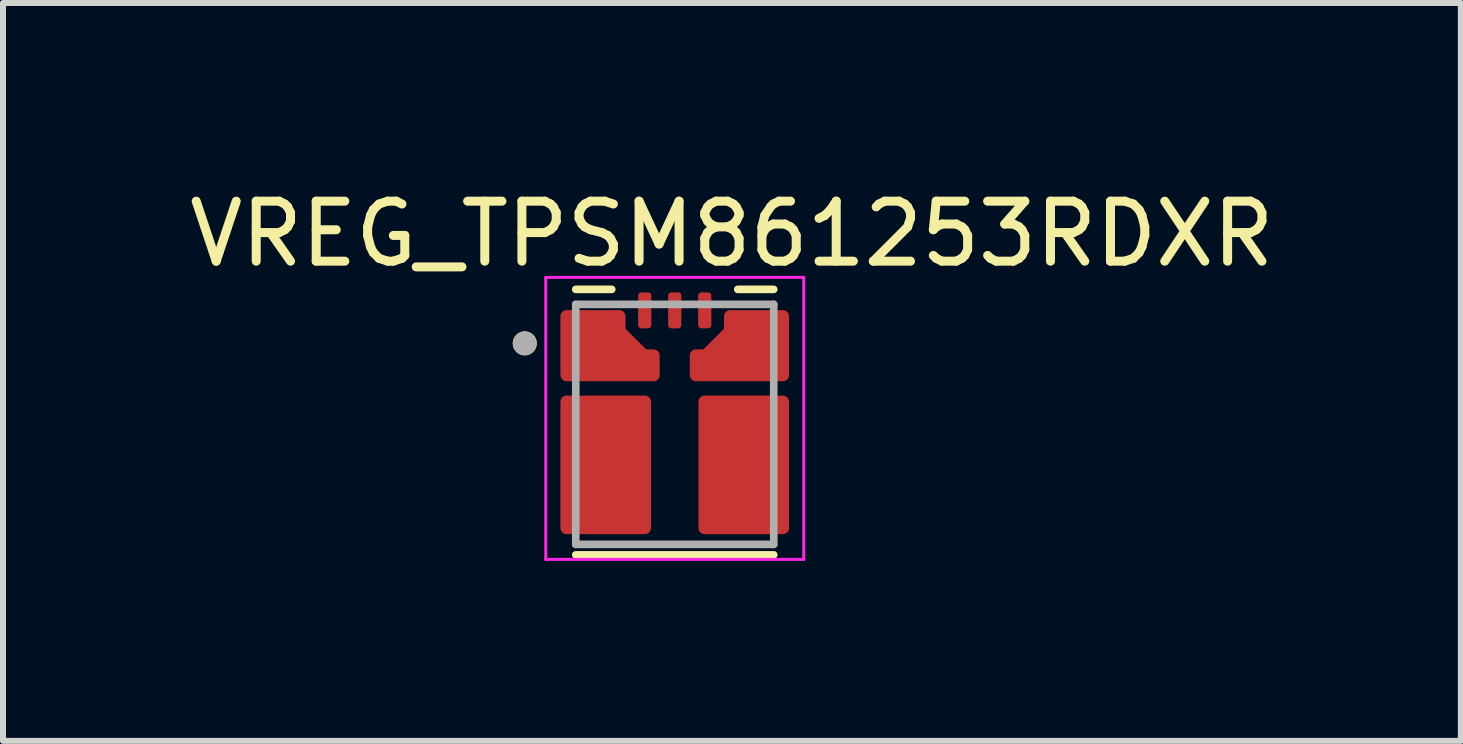
<source format=kicad_pcb>
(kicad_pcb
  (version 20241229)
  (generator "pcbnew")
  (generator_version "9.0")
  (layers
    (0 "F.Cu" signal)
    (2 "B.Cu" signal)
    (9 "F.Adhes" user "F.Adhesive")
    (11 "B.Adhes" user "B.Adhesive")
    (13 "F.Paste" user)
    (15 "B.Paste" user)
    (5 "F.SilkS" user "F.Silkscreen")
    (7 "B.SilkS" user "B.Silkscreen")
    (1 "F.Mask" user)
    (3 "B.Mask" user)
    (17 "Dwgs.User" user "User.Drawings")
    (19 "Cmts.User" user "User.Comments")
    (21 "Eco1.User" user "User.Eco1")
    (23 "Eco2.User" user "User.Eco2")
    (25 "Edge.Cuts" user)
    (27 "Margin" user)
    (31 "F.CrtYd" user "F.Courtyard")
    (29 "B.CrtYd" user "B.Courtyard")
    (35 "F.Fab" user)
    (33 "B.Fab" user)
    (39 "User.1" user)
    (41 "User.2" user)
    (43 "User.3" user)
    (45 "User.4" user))
  (footprint "VREG_TPSM861253RDXR"
    (layer "F.Cu")
    (at 8.196 4.023)
    (property "Reference" "VREG_TPSM861253RDXR" (at 0.953 -3.175 0) (layer "F.SilkS") (effects (font (size 1 1) (thickness 0.15))))
    (attr through_hole)
    (fp_poly (pts (xy -0.56 -1.55) (xy -0.565 -1.55) (xy -0.57 -1.551) (xy -0.576 -1.551) (xy -0.581 -1.552) (xy -0.586 -1.553) (xy -0.591 -1.555) (xy -0.596 -1.557) (xy -0.601 -1.559) (xy -0.605 -1.561) (xy -0.61 -1.563) (xy -0.614 -1.566) (xy -0.619 -1.569) (xy -0.623 -1.572) (xy -0.627 -1.576) (xy -0.631 -1.579) (xy -0.634 -1.583) (xy -0.638 -1.587) (xy -0.641 -1.591) (xy -0.644 -1.596) (xy -0.647 -1.6) (xy -0.649 -1.605) (xy -0.651 -1.609) (xy -0.653 -1.614) (xy -0.655 -1.619) (xy -0.657 -1.624) (xy -0.658 -1.629) (xy -0.659 -1.634) (xy -0.659 -1.64) (xy -0.66 -1.645) (xy -0.66 -1.65) (xy -0.66 -2.15) (xy -0.66 -2.155) (xy -0.659 -2.16) (xy -0.659 -2.166) (xy -0.658 -2.171) (xy -0.657 -2.176) (xy -0.655 -2.181) (xy -0.653 -2.186) (xy -0.651 -2.191) (xy -0.649 -2.195) (xy -0.647 -2.2) (xy -0.644 -2.204) (xy -0.641 -2.209) (xy -0.638 -2.213) (xy -0.634 -2.217) (xy -0.631 -2.221) (xy -0.627 -2.224) (xy -0.623 -2.228) (xy -0.619 -2.231) (xy -0.614 -2.234) (xy -0.61 -2.237) (xy -0.605 -2.239) (xy -0.601 -2.241) (xy -0.596 -2.243) (xy -0.591 -2.245) (xy -0.586 -2.247) (xy -0.581 -2.248) (xy -0.576 -2.249) (xy -0.57 -2.249) (xy -0.565 -2.25) (xy -0.56 -2.25) (xy -0.44 -2.25) (xy -0.435 -2.25) (xy -0.43 -2.249) (xy -0.424 -2.249) (xy -0.419 -2.248) (xy -0.414 -2.247) (xy -0.409 -2.245) (xy -0.404 -2.243) (xy -0.399 -2.241) (xy -0.395 -2.239) (xy -0.39 -2.237) (xy -0.386 -2.234) (xy -0.381 -2.231) (xy -0.377 -2.228) (xy -0.373 -2.224) (xy -0.369 -2.221) (xy -0.366 -2.217) (xy -0.362 -2.213) (xy -0.359 -2.209) (xy -0.356 -2.204) (xy -0.353 -2.2) (xy -0.351 -2.195) (xy -0.349 -2.191) (xy -0.347 -2.186) (xy -0.345 -2.181) (xy -0.343 -2.176) (xy -0.342 -2.171) (xy -0.341 -2.166) (xy -0.341 -2.16) (xy -0.34 -2.155) (xy -0.34 -2.15) (xy -0.34 -1.65) (xy -0.34 -1.645) (xy -0.341 -1.64) (xy -0.341 -1.634) (xy -0.342 -1.629) (xy -0.343 -1.624) (xy -0.345 -1.619) (xy -0.347 -1.614) (xy -0.349 -1.609) (xy -0.351 -1.605) (xy -0.353 -1.6) (xy -0.356 -1.596) (xy -0.359 -1.591) (xy -0.362 -1.587) (xy -0.366 -1.583) (xy -0.369 -1.579) (xy -0.373 -1.576) (xy -0.377 -1.572) (xy -0.381 -1.569) (xy -0.386 -1.566) (xy -0.39 -1.563) (xy -0.395 -1.561) (xy -0.399 -1.559) (xy -0.404 -1.557) (xy -0.409 -1.555) (xy -0.414 -1.553) (xy -0.419 -1.552) (xy -0.424 -1.551) (xy -0.43 -1.551) (xy -0.435 -1.55) (xy -0.44 -1.55) (xy -0.56 -1.55)) (stroke (width 0.01) (type solid)) (fill yes) (layer "F.Mask"))
    (fp_poly (pts (xy -0.16 -2.15) (xy -0.16 -1.65) (xy -0.16 -1.645) (xy -0.159 -1.64) (xy -0.159 -1.634) (xy -0.158 -1.629) (xy -0.157 -1.624) (xy -0.155 -1.619) (xy -0.153 -1.614) (xy -0.151 -1.609) (xy -0.149 -1.605) (xy -0.147 -1.6) (xy -0.144 -1.596) (xy -0.141 -1.591) (xy -0.138 -1.587) (xy -0.134 -1.583) (xy -0.131 -1.579) (xy -0.127 -1.576) (xy -0.123 -1.572) (xy -0.119 -1.569) (xy -0.114 -1.566) (xy -0.11 -1.563) (xy -0.105 -1.561) (xy -0.101 -1.559) (xy -0.096 -1.557) (xy -0.091 -1.555) (xy -0.086 -1.553) (xy -0.081 -1.552) (xy -0.076 -1.551) (xy -0.07 -1.551) (xy -0.065 -1.55) (xy -0.06 -1.55) (xy 0.06 -1.55) (xy 0.065 -1.55) (xy 0.07 -1.551) (xy 0.076 -1.551) (xy 0.081 -1.552) (xy 0.086 -1.553) (xy 0.091 -1.555) (xy 0.096 -1.557) (xy 0.101 -1.559) (xy 0.105 -1.561) (xy 0.11 -1.563) (xy 0.114 -1.566) (xy 0.119 -1.569) (xy 0.123 -1.572) (xy 0.127 -1.576) (xy 0.131 -1.579) (xy 0.134 -1.583) (xy 0.138 -1.587) (xy 0.141 -1.591) (xy 0.144 -1.596) (xy 0.147 -1.6) (xy 0.149 -1.605) (xy 0.151 -1.609) (xy 0.153 -1.614) (xy 0.155 -1.619) (xy 0.157 -1.624) (xy 0.158 -1.629) (xy 0.159 -1.634) (xy 0.159 -1.64) (xy 0.16 -1.645) (xy 0.16 -1.65) (xy 0.16 -2.15) (xy 0.16 -2.155) (xy 0.159 -2.16) (xy 0.159 -2.166) (xy 0.158 -2.171) (xy 0.157 -2.176) (xy 0.155 -2.181) (xy 0.153 -2.186) (xy 0.151 -2.191) (xy 0.149 -2.195) (xy 0.147 -2.2) (xy 0.144 -2.204) (xy 0.141 -2.209) (xy 0.138 -2.213) (xy 0.134 -2.217) (xy 0.131 -2.221) (xy 0.127 -2.224) (xy 0.123 -2.228) (xy 0.119 -2.231) (xy 0.114 -2.234) (xy 0.11 -2.237) (xy 0.105 -2.239) (xy 0.101 -2.241) (xy 0.096 -2.243) (xy 0.091 -2.245) (xy 0.086 -2.247) (xy 0.081 -2.248) (xy 0.076 -2.249) (xy 0.07 -2.249) (xy 0.065 -2.25) (xy 0.06 -2.25) (xy -0.06 -2.25) (xy -0.065 -2.25) (xy -0.07 -2.249) (xy -0.076 -2.249) (xy -0.081 -2.248) (xy -0.086 -2.247) (xy -0.091 -2.245) (xy -0.096 -2.243) (xy -0.101 -2.241) (xy -0.105 -2.239) (xy -0.11 -2.237) (xy -0.114 -2.234) (xy -0.119 -2.231) (xy -0.123 -2.228) (xy -0.127 -2.224) (xy -0.131 -2.221) (xy -0.134 -2.217) (xy -0.138 -2.213) (xy -0.141 -2.209) (xy -0.144 -2.204) (xy -0.147 -2.2) (xy -0.149 -2.195) (xy -0.151 -2.191) (xy -0.153 -2.186) (xy -0.155 -2.181) (xy -0.157 -2.176) (xy -0.158 -2.171) (xy -0.159 -2.166) (xy -0.159 -2.16) (xy -0.16 -2.155) (xy -0.16 -2.15)) (stroke (width 0.01) (type solid)) (fill yes) (layer "F.Mask"))
    (fp_poly (pts (xy 0.44 -1.55) (xy 0.435 -1.55) (xy 0.43 -1.551) (xy 0.424 -1.551) (xy 0.419 -1.552) (xy 0.414 -1.553) (xy 0.409 -1.555) (xy 0.404 -1.557) (xy 0.399 -1.559) (xy 0.395 -1.561) (xy 0.39 -1.563) (xy 0.386 -1.566) (xy 0.381 -1.569) (xy 0.377 -1.572) (xy 0.373 -1.576) (xy 0.369 -1.579) (xy 0.366 -1.583) (xy 0.362 -1.587) (xy 0.359 -1.591) (xy 0.356 -1.596) (xy 0.353 -1.6) (xy 0.351 -1.605) (xy 0.349 -1.609) (xy 0.347 -1.614) (xy 0.345 -1.619) (xy 0.343 -1.624) (xy 0.342 -1.629) (xy 0.341 -1.634) (xy 0.341 -1.64) (xy 0.34 -1.645) (xy 0.34 -1.65) (xy 0.34 -2.15) (xy 0.34 -2.155) (xy 0.341 -2.16) (xy 0.341 -2.166) (xy 0.342 -2.171) (xy 0.343 -2.176) (xy 0.345 -2.181) (xy 0.347 -2.186) (xy 0.349 -2.191) (xy 0.351 -2.195) (xy 0.353 -2.2) (xy 0.356 -2.204) (xy 0.359 -2.209) (xy 0.362 -2.213) (xy 0.366 -2.217) (xy 0.369 -2.221) (xy 0.373 -2.224) (xy 0.377 -2.228) (xy 0.381 -2.231) (xy 0.386 -2.234) (xy 0.39 -2.237) (xy 0.395 -2.239) (xy 0.399 -2.241) (xy 0.404 -2.243) (xy 0.409 -2.245) (xy 0.414 -2.247) (xy 0.419 -2.248) (xy 0.424 -2.249) (xy 0.43 -2.249) (xy 0.435 -2.25) (xy 0.44 -2.25) (xy 0.56 -2.25) (xy 0.565 -2.25) (xy 0.57 -2.249) (xy 0.576 -2.249) (xy 0.581 -2.248) (xy 0.586 -2.247) (xy 0.591 -2.245) (xy 0.596 -2.243) (xy 0.601 -2.241) (xy 0.605 -2.239) (xy 0.61 -2.237) (xy 0.614 -2.234) (xy 0.619 -2.231) (xy 0.623 -2.228) (xy 0.627 -2.224) (xy 0.631 -2.221) (xy 0.634 -2.217) (xy 0.638 -2.213) (xy 0.641 -2.209) (xy 0.644 -2.204) (xy 0.647 -2.2) (xy 0.649 -2.195) (xy 0.651 -2.191) (xy 0.653 -2.186) (xy 0.655 -2.181) (xy 0.657 -2.176) (xy 0.658 -2.171) (xy 0.659 -2.166) (xy 0.659 -2.16) (xy 0.66 -2.155) (xy 0.66 -2.15) (xy 0.66 -1.65) (xy 0.66 -1.645) (xy 0.659 -1.64) (xy 0.659 -1.634) (xy 0.658 -1.629) (xy 0.657 -1.624) (xy 0.655 -1.619) (xy 0.653 -1.614) (xy 0.651 -1.609) (xy 0.649 -1.605) (xy 0.647 -1.6) (xy 0.644 -1.596) (xy 0.641 -1.591) (xy 0.638 -1.587) (xy 0.634 -1.583) (xy 0.631 -1.579) (xy 0.627 -1.576) (xy 0.623 -1.572) (xy 0.619 -1.569) (xy 0.614 -1.566) (xy 0.61 -1.563) (xy 0.605 -1.561) (xy 0.601 -1.559) (xy 0.596 -1.557) (xy 0.591 -1.555) (xy 0.586 -1.553) (xy 0.581 -1.552) (xy 0.576 -1.551) (xy 0.57 -1.551) (xy 0.565 -1.55) (xy 0.56 -1.55) (xy 0.44 -1.55)) (stroke (width 0.01) (type solid)) (fill yes) (layer "F.Mask"))
    (fp_poly (pts (xy -0.355 -0.775) (xy -0.352 -0.775) (xy -0.35 -0.775) (xy -0.347 -0.776) (xy -0.345 -0.776) (xy -0.342 -0.777) (xy -0.34 -0.777) (xy -0.337 -0.778) (xy -0.335 -0.779) (xy -0.332 -0.78) (xy -0.33 -0.782) (xy -0.328 -0.783) (xy -0.326 -0.785) (xy -0.324 -0.786) (xy -0.322 -0.788) (xy -0.32 -0.79) (xy -0.318 -0.792) (xy -0.316 -0.794) (xy -0.315 -0.796) (xy -0.313 -0.798) (xy -0.312 -0.8) (xy -0.31 -0.802) (xy -0.309 -0.805) (xy -0.308 -0.807) (xy -0.307 -0.81) (xy -0.307 -0.812) (xy -0.306 -0.815) (xy -0.306 -0.817) (xy -0.305 -0.82) (xy -0.305 -0.822) (xy -0.305 -0.825) (xy -0.305 -1.145) (xy -0.305 -1.148) (xy -0.305 -1.15) (xy -0.306 -1.153) (xy -0.306 -1.155) (xy -0.307 -1.158) (xy -0.307 -1.16) (xy -0.308 -1.163) (xy -0.309 -1.165) (xy -0.31 -1.168) (xy -0.312 -1.17) (xy -0.313 -1.172) (xy -0.315 -1.174) (xy -0.316 -1.176) (xy -0.318 -1.178) (xy -0.32 -1.18) (xy -0.322 -1.182) (xy -0.324 -1.184) (xy -0.326 -1.185) (xy -0.328 -1.187) (xy -0.33 -1.188) (xy -0.332 -1.19) (xy -0.335 -1.191) (xy -0.337 -1.192) (xy -0.34 -1.193) (xy -0.342 -1.193) (xy -0.345 -1.194) (xy -0.347 -1.194) (xy -0.35 -1.195) (xy -0.352 -1.195) (xy -0.355 -1.195) (xy -0.477 -1.195) (xy -0.479 -1.195) (xy -0.48 -1.195) (xy -0.481 -1.195) (xy -0.483 -1.195) (xy -0.484 -1.195) (xy -0.485 -1.196) (xy -0.486 -1.196) (xy -0.488 -1.196) (xy -0.489 -1.196) (xy -0.49 -1.197) (xy -0.491 -1.197) (xy -0.493 -1.197) (xy -0.494 -1.198) (xy -0.495 -1.198) (xy -0.496 -1.199) (xy -0.498 -1.199) (xy -0.499 -1.2) (xy -0.5 -1.2) (xy -0.501 -1.201) (xy -0.502 -1.202) (xy -0.503 -1.202) (xy -0.505 -1.203) (xy -0.506 -1.204) (xy -0.507 -1.205) (xy -0.508 -1.205) (xy -0.509 -1.206) (xy -0.51 -1.207) (xy -0.511 -1.208) (xy -0.512 -1.209) (xy -0.513 -1.21) (xy -0.86 -1.557) (xy -0.861 -1.558) (xy -0.862 -1.559) (xy -0.863 -1.56) (xy -0.864 -1.561) (xy -0.865 -1.562) (xy -0.865 -1.563) (xy -0.866 -1.564) (xy -0.867 -1.565) (xy -0.868 -1.567) (xy -0.868 -1.568) (xy -0.869 -1.569) (xy -0.87 -1.57) (xy -0.87 -1.571) (xy -0.871 -1.572) (xy -0.871 -1.574) (xy -0.872 -1.575) (xy -0.872 -1.576) (xy -0.873 -1.577) (xy -0.873 -1.579) (xy -0.873 -1.58) (xy -0.874 -1.581) (xy -0.874 -1.582) (xy -0.874 -1.584) (xy -0.874 -1.585) (xy -0.875 -1.586) (xy -0.875 -1.587) (xy -0.875 -1.589) (xy -0.875 -1.59) (xy -0.875 -1.591) (xy -0.875 -1.593) (xy -0.875 -1.8) (xy -0.875 -1.803) (xy -0.875 -1.805) (xy -0.876 -1.808) (xy -0.876 -1.81) (xy -0.877 -1.813) (xy -0.877 -1.815) (xy -0.878 -1.818) (xy -0.879 -1.82) (xy -0.88 -1.823) (xy -0.882 -1.825) (xy -0.883 -1.827) (xy -0.885 -1.829) (xy -0.886 -1.831) (xy -0.888 -1.833) (xy -0.89 -1.835) (xy -0.892 -1.837) (xy -0.894 -1.839) (xy -0.896 -1.84) (xy -0.898 -1.842) (xy -0.9 -1.843) (xy -0.902 -1.845) (xy -0.905 -1.846) (xy -0.907 -1.847) (xy -0.91 -1.848) (xy -0.912 -1.848) (xy -0.915 -1.849) (xy -0.917 -1.849) (xy -0.92 -1.85) (xy -0.922 -1.85) (xy -0.925 -1.85) (xy -1.4 -1.85) (xy -1.403 -1.85) (xy -1.405 -1.85) (xy -1.408 -1.849) (xy -1.41 -1.849) (xy -1.413 -1.848) (xy -1.415 -1.848) (xy -1.418 -1.847) (xy -1.42 -1.846) (xy -1.423 -1.845) (xy -1.425 -1.843) (xy -1.427 -1.842) (xy -1.429 -1.84) (xy -1.431 -1.839) (xy -1.433 -1.837) (xy -1.435 -1.835) (xy -1.437 -1.833) (xy -1.439 -1.831) (xy -1.44 -1.829) (xy -1.442 -1.827) (xy -1.443 -1.825) (xy -1.445 -1.823) (xy -1.446 -1.82) (xy -1.447 -1.818) (xy -1.448 -1.815) (xy -1.448 -1.813) (xy -1.449 -1.81) (xy -1.449 -1.808) (xy -1.45 -1.805) (xy -1.45 -1.803) (xy -1.45 -1.8) (xy -1.45 -1.675) (xy -1.45 -1.672) (xy -1.45 -1.67) (xy -1.451 -1.667) (xy -1.451 -1.665) (xy -1.452 -1.662) (xy -1.452 -1.66) (xy -1.453 -1.657) (xy -1.454 -1.655) (xy -1.455 -1.652) (xy -1.457 -1.65) (xy -1.458 -1.648) (xy -1.46 -1.646) (xy -1.461 -1.644) (xy -1.463 -1.642) (xy -1.465 -1.64) (xy -1.467 -1.638) (xy -1.469 -1.636) (xy -1.471 -1.635) (xy -1.473 -1.633) (xy -1.475 -1.632) (xy -1.477 -1.63) (xy -1.48 -1.629) (xy -1.482 -1.628) (xy -1.485 -1.627) (xy -1.487 -1.627) (xy -1.49 -1.626) (xy -1.492 -1.626) (xy -1.495 -1.625) (xy -1.497 -1.625) (xy -1.5 -1.625) (xy -1.8 -1.625) (xy -1.803 -1.625) (xy -1.805 -1.625) (xy -1.808 -1.624) (xy -1.81 -1.624) (xy -1.813 -1.623) (xy -1.815 -1.623) (xy -1.818 -1.622) (xy -1.82 -1.621) (xy -1.823 -1.62) (xy -1.825 -1.618) (xy -1.827 -1.617) (xy -1.829 -1.615) (xy -1.831 -1.614) (xy -1.833 -1.612) (xy -1.835 -1.61) (xy -1.837 -1.608) (xy -1.839 -1.606) (xy -1.84 -1.604) (xy -1.842 -1.602) (xy -1.843 -1.6) (xy -1.845 -1.598) (xy -1.846 -1.595) (xy -1.847 -1.593) (xy -1.848 -1.59) (xy -1.848 -1.588) (xy -1.849 -1.585) (xy -1.849 -1.583) (xy -1.85 -1.58) (xy -1.85 -1.578) (xy -1.85 -1.575) (xy -1.85 -1.425) (xy -1.85 -1.422) (xy -1.85 -1.42) (xy -1.849 -1.417) (xy -1.849 -1.415) (xy -1.848 -1.412) (xy -1.848 -1.41) (xy -1.847 -1.407) (xy -1.846 -1.405) (xy -1.845 -1.402) (xy -1.843 -1.4) (xy -1.842 -1.398) (xy -1.84 -1.396) (xy -1.839 -1.394) (xy -1.837 -1.392) (xy -1.835 -1.39) (xy -1.833 -1.388) (xy -1.831 -1.386) (xy -1.829 -1.385) (xy -1.827 -1.383) (xy -1.825 -1.382) (xy -1.823 -1.38) (xy -1.82 -1.379) (xy -1.818 -1.378) (xy -1.815 -1.377) (xy -1.813 -1.377) (xy -1.81 -1.376) (xy -1.808 -1.376) (xy -1.805 -1.375) (xy -1.803 -1.375) (xy -1.8 -1.375) (xy -1.5 -1.375) (xy -1.497 -1.375) (xy -1.495 -1.375) (xy -1.492 -1.374) (xy -1.49 -1.374) (xy -1.487 -1.373) (xy -1.485 -1.373) (xy -1.482 -1.372) (xy -1.48 -1.371) (xy -1.477 -1.37) (xy -1.475 -1.368) (xy -1.473 -1.367) (xy -1.471 -1.365) (xy -1.469 -1.364) (xy -1.467 -1.362) (xy -1.465 -1.36) (xy -1.463 -1.358) (xy -1.461 -1.356) (xy -1.46 -1.354) (xy -1.458 -1.352) (xy -1.457 -1.35) (xy -1.455 -1.348) (xy -1.454 -1.345) (xy -1.453 -1.343) (xy -1.452 -1.34) (xy -1.452 -1.338) (xy -1.451 -1.335) (xy -1.451 -1.333) (xy -1.45 -1.33) (xy -1.45 -1.328) (xy -1.45 -1.325) (xy -1.45 -1.175) (xy -1.45 -1.172) (xy -1.45 -1.17) (xy -1.451 -1.167) (xy -1.451 -1.165) (xy -1.452 -1.162) (xy -1.452 -1.16) (xy -1.453 -1.157) (xy -1.454 -1.155) (xy -1.455 -1.152) (xy -1.457 -1.15) (xy -1.458 -1.148) (xy -1.46 -1.146) (xy -1.461 -1.144) (xy -1.463 -1.142) (xy -1.465 -1.14) (xy -1.467 -1.138) (xy -1.469 -1.136) (xy -1.471 -1.135) (xy -1.473 -1.133) (xy -1.475 -1.132) (xy -1.477 -1.13) (xy -1.48 -1.129) (xy -1.482 -1.128) (xy -1.485 -1.127) (xy -1.487 -1.127) (xy -1.49 -1.126) (xy -1.492 -1.126) (xy -1.495 -1.125) (xy -1.497 -1.125) (xy -1.5 -1.125) (xy -1.8 -1.125) (xy -1.803 -1.125) (xy -1.805 -1.125) (xy -1.808 -1.124) (xy -1.81 -1.124) (xy -1.813 -1.123) (xy -1.815 -1.123) (xy -1.818 -1.122) (xy -1.82 -1.121) (xy -1.823 -1.12) (xy -1.825 -1.118) (xy -1.827 -1.117) (xy -1.829 -1.115) (xy -1.831 -1.114) (xy -1.833 -1.112) (xy -1.835 -1.11) (xy -1.837 -1.108) (xy -1.839 -1.106) (xy -1.84 -1.104) (xy -1.842 -1.102) (xy -1.843 -1.1) (xy -1.845 -1.098) (xy -1.846 -1.095) (xy -1.847 -1.093) (xy -1.848 -1.09) (xy -1.848 -1.088) (xy -1.849 -1.085) (xy -1.849 -1.083) (xy -1.85 -1.08) (xy -1.85 -1.078) (xy -1.85 -1.075) (xy -1.85 -0.925) (xy -1.85 -0.922) (xy -1.85 -0.92) (xy -1.849 -0.917) (xy -1.849 -0.915) (xy -1.848 -0.912) (xy -1.848 -0.91) (xy -1.847 -0.907) (xy -1.846 -0.905) (xy -1.845 -0.902) (xy -1.843 -0.9) (xy -1.842 -0.898) (xy -1.84 -0.896) (xy -1.839 -0.894) (xy -1.837 -0.892) (xy -1.835 -0.89) (xy -1.833 -0.888) (xy -1.831 -0.886) (xy -1.829 -0.885) (xy -1.827 -0.883) (xy -1.825 -0.882) (xy -1.823 -0.88) (xy -1.82 -0.879) (xy -1.818 -0.878) (xy -1.815 -0.877) (xy -1.813 -0.877) (xy -1.81 -0.876) (xy -1.808 -0.876) (xy -1.805 -0.875) (xy -1.803 -0.875) (xy -1.8 -0.875) (xy -1.5 -0.875) (xy -1.497 -0.875) (xy -1.495 -0.875) (xy -1.492 -0.874) (xy -1.49 -0.874) (xy -1.487 -0.873) (xy -1.485 -0.873) (xy -1.482 -0.872) (xy -1.48 -0.871) (xy -1.477 -0.87) (xy -1.475 -0.868) (xy -1.473 -0.867) (xy -1.471 -0.865) (xy -1.469 -0.864) (xy -1.467 -0.862) (xy -1.465 -0.86) (xy -1.463 -0.858) (xy -1.461 -0.856) (xy -1.46 -0.854) (xy -1.458 -0.852) (xy -1.457 -0.85) (xy -1.455 -0.848) (xy -1.454 -0.845) (xy -1.453 -0.843) (xy -1.452 -0.84) (xy -1.452 -0.838) (xy -1.451 -0.835) (xy -1.451 -0.833) (xy -1.45 -0.83) (xy -1.45 -0.828) (xy -1.45 -0.825) (xy -1.45 -0.822) (xy -1.45 -0.82) (xy -1.449 -0.817) (xy -1.449 -0.815) (xy -1.448 -0.812) (xy -1.448 -0.81) (xy -1.447 -0.807) (xy -1.446 -0.805) (xy -1.445 -0.802) (xy -1.443 -0.8) (xy -1.442 -0.798) (xy -1.44 -0.796) (xy -1.439 -0.794) (xy -1.437 -0.792) (xy -1.435 -0.79) (xy -1.433 -0.788) (xy -1.431 -0.786) (xy -1.429 -0.785) (xy -1.427 -0.783) (xy -1.425 -0.782) (xy -1.423 -0.78) (xy -1.42 -0.779) (xy -1.418 -0.778) (xy -1.415 -0.777) (xy -1.413 -0.777) (xy -1.41 -0.776) (xy -1.408 -0.776) (xy -1.405 -0.775) (xy -1.403 -0.775) (xy -1.4 -0.775) (xy -0.355 -0.775)) (stroke (width 0.01) (type solid)) (fill yes) (layer "F.Mask"))
    (fp_poly (pts (xy 0.355 -0.775) (xy 0.352 -0.775) (xy 0.35 -0.775) (xy 0.347 -0.776) (xy 0.345 -0.776) (xy 0.342 -0.777) (xy 0.34 -0.777) (xy 0.337 -0.778) (xy 0.335 -0.779) (xy 0.332 -0.78) (xy 0.33 -0.782) (xy 0.328 -0.783) (xy 0.326 -0.785) (xy 0.324 -0.786) (xy 0.322 -0.788) (xy 0.32 -0.79) (xy 0.318 -0.792) (xy 0.316 -0.794) (xy 0.315 -0.796) (xy 0.313 -0.798) (xy 0.312 -0.8) (xy 0.31 -0.802) (xy 0.309 -0.805) (xy 0.308 -0.807) (xy 0.307 -0.81) (xy 0.307 -0.812) (xy 0.306 -0.815) (xy 0.306 -0.817) (xy 0.305 -0.82) (xy 0.305 -0.822) (xy 0.305 -0.825) (xy 0.305 -1.145) (xy 0.305 -1.148) (xy 0.305 -1.15) (xy 0.306 -1.153) (xy 0.306 -1.155) (xy 0.307 -1.158) (xy 0.307 -1.16) (xy 0.308 -1.163) (xy 0.309 -1.165) (xy 0.31 -1.168) (xy 0.312 -1.17) (xy 0.313 -1.172) (xy 0.315 -1.174) (xy 0.316 -1.176) (xy 0.318 -1.178) (xy 0.32 -1.18) (xy 0.322 -1.182) (xy 0.324 -1.184) (xy 0.326 -1.185) (xy 0.328 -1.187) (xy 0.33 -1.188) (xy 0.332 -1.19) (xy 0.335 -1.191) (xy 0.337 -1.192) (xy 0.34 -1.193) (xy 0.342 -1.193) (xy 0.345 -1.194) (xy 0.347 -1.194) (xy 0.35 -1.195) (xy 0.352 -1.195) (xy 0.355 -1.195) (xy 0.477 -1.195) (xy 0.479 -1.195) (xy 0.48 -1.195) (xy 0.481 -1.195) (xy 0.483 -1.195) (xy 0.484 -1.195) (xy 0.485 -1.196) (xy 0.486 -1.196) (xy 0.488 -1.196) (xy 0.489 -1.196) (xy 0.49 -1.197) (xy 0.491 -1.197) (xy 0.493 -1.197) (xy 0.494 -1.198) (xy 0.495 -1.198) (xy 0.496 -1.199) (xy 0.498 -1.199) (xy 0.499 -1.2) (xy 0.5 -1.2) (xy 0.501 -1.201) (xy 0.502 -1.202) (xy 0.503 -1.202) (xy 0.505 -1.203) (xy 0.506 -1.204) (xy 0.507 -1.205) (xy 0.508 -1.205) (xy 0.509 -1.206) (xy 0.51 -1.207) (xy 0.511 -1.208) (xy 0.512 -1.209) (xy 0.513 -1.21) (xy 0.86 -1.557) (xy 0.861 -1.558) (xy 0.862 -1.559) (xy 0.863 -1.56) (xy 0.864 -1.561) (xy 0.865 -1.562) (xy 0.865 -1.563) (xy 0.866 -1.564) (xy 0.867 -1.565) (xy 0.868 -1.567) (xy 0.868 -1.568) (xy 0.869 -1.569) (xy 0.87 -1.57) (xy 0.87 -1.571) (xy 0.871 -1.572) (xy 0.871 -1.574) (xy 0.872 -1.575) (xy 0.872 -1.576) (xy 0.873 -1.577) (xy 0.873 -1.579) (xy 0.873 -1.58) (xy 0.874 -1.581) (xy 0.874 -1.582) (xy 0.874 -1.584) (xy 0.874 -1.585) (xy 0.875 -1.586) (xy 0.875 -1.587) (xy 0.875 -1.589) (xy 0.875 -1.59) (xy 0.875 -1.591) (xy 0.875 -1.593) (xy 0.875 -1.8) (xy 0.875 -1.803) (xy 0.875 -1.805) (xy 0.876 -1.808) (xy 0.876 -1.81) (xy 0.877 -1.813) (xy 0.877 -1.815) (xy 0.878 -1.818) (xy 0.879 -1.82) (xy 0.88 -1.823) (xy 0.882 -1.825) (xy 0.883 -1.827) (xy 0.885 -1.829) (xy 0.886 -1.831) (xy 0.888 -1.833) (xy 0.89 -1.835) (xy 0.892 -1.837) (xy 0.894 -1.839) (xy 0.896 -1.84) (xy 0.898 -1.842) (xy 0.9 -1.843) (xy 0.902 -1.845) (xy 0.905 -1.846) (xy 0.907 -1.847) (xy 0.91 -1.848) (xy 0.912 -1.848) (xy 0.915 -1.849) (xy 0.917 -1.849) (xy 0.92 -1.85) (xy 0.922 -1.85) (xy 0.925 -1.85) (xy 1.4 -1.85) (xy 1.403 -1.85) (xy 1.405 -1.85) (xy 1.408 -1.849) (xy 1.41 -1.849) (xy 1.413 -1.848) (xy 1.415 -1.848) (xy 1.418 -1.847) (xy 1.42 -1.846) (xy 1.423 -1.845) (xy 1.425 -1.843) (xy 1.427 -1.842) (xy 1.429 -1.84) (xy 1.431 -1.839) (xy 1.433 -1.837) (xy 1.435 -1.835) (xy 1.437 -1.833) (xy 1.439 -1.831) (xy 1.44 -1.829) (xy 1.442 -1.827) (xy 1.443 -1.825) (xy 1.445 -1.823) (xy 1.446 -1.82) (xy 1.447 -1.818) (xy 1.448 -1.815) (xy 1.448 -1.813) (xy 1.449 -1.81) (xy 1.449 -1.808) (xy 1.45 -1.805) (xy 1.45 -1.803) (xy 1.45 -1.8) (xy 1.45 -1.675) (xy 1.45 -1.672) (xy 1.45 -1.67) (xy 1.451 -1.667) (xy 1.451 -1.665) (xy 1.452 -1.662) (xy 1.452 -1.66) (xy 1.453 -1.657) (xy 1.454 -1.655) (xy 1.455 -1.652) (xy 1.457 -1.65) (xy 1.458 -1.648) (xy 1.46 -1.646) (xy 1.461 -1.644) (xy 1.463 -1.642) (xy 1.465 -1.64) (xy 1.467 -1.638) (xy 1.469 -1.636) (xy 1.471 -1.635) (xy 1.473 -1.633) (xy 1.475 -1.632) (xy 1.477 -1.63) (xy 1.48 -1.629) (xy 1.482 -1.628) (xy 1.485 -1.627) (xy 1.487 -1.627) (xy 1.49 -1.626) (xy 1.492 -1.626) (xy 1.495 -1.625) (xy 1.497 -1.625) (xy 1.5 -1.625) (xy 1.8 -1.625) (xy 1.803 -1.625) (xy 1.805 -1.625) (xy 1.808 -1.624) (xy 1.81 -1.624) (xy 1.813 -1.623) (xy 1.815 -1.623) (xy 1.818 -1.622) (xy 1.82 -1.621) (xy 1.823 -1.62) (xy 1.825 -1.618) (xy 1.827 -1.617) (xy 1.829 -1.615) (xy 1.831 -1.614) (xy 1.833 -1.612) (xy 1.835 -1.61) (xy 1.837 -1.608) (xy 1.839 -1.606) (xy 1.84 -1.604) (xy 1.842 -1.602) (xy 1.843 -1.6) (xy 1.845 -1.598) (xy 1.846 -1.595) (xy 1.847 -1.593) (xy 1.848 -1.59) (xy 1.848 -1.588) (xy 1.849 -1.585) (xy 1.849 -1.583) (xy 1.85 -1.58) (xy 1.85 -1.578) (xy 1.85 -1.575) (xy 1.85 -1.425) (xy 1.85 -1.422) (xy 1.85 -1.42) (xy 1.849 -1.417) (xy 1.849 -1.415) (xy 1.848 -1.412) (xy 1.848 -1.41) (xy 1.847 -1.407) (xy 1.846 -1.405) (xy 1.845 -1.402) (xy 1.843 -1.4) (xy 1.842 -1.398) (xy 1.84 -1.396) (xy 1.839 -1.394) (xy 1.837 -1.392) (xy 1.835 -1.39) (xy 1.833 -1.388) (xy 1.831 -1.386) (xy 1.829 -1.385) (xy 1.827 -1.383) (xy 1.825 -1.382) (xy 1.823 -1.38) (xy 1.82 -1.379) (xy 1.818 -1.378) (xy 1.815 -1.377) (xy 1.813 -1.377) (xy 1.81 -1.376) (xy 1.808 -1.376) (xy 1.805 -1.375) (xy 1.803 -1.375) (xy 1.8 -1.375) (xy 1.5 -1.375) (xy 1.497 -1.375) (xy 1.495 -1.375) (xy 1.492 -1.374) (xy 1.49 -1.374) (xy 1.487 -1.373) (xy 1.485 -1.373) (xy 1.482 -1.372) (xy 1.48 -1.371) (xy 1.477 -1.37) (xy 1.475 -1.368) (xy 1.473 -1.367) (xy 1.471 -1.365) (xy 1.469 -1.364) (xy 1.467 -1.362) (xy 1.465 -1.36) (xy 1.463 -1.358) (xy 1.461 -1.356) (xy 1.46 -1.354) (xy 1.458 -1.352) (xy 1.457 -1.35) (xy 1.455 -1.348) (xy 1.454 -1.345) (xy 1.453 -1.343) (xy 1.452 -1.34) (xy 1.452 -1.338) (xy 1.451 -1.335) (xy 1.451 -1.333) (xy 1.45 -1.33) (xy 1.45 -1.328) (xy 1.45 -1.325) (xy 1.45 -1.175) (xy 1.45 -1.172) (xy 1.45 -1.17) (xy 1.451 -1.167) (xy 1.451 -1.165) (xy 1.452 -1.162) (xy 1.452 -1.16) (xy 1.453 -1.157) (xy 1.454 -1.155) (xy 1.455 -1.152) (xy 1.457 -1.15) (xy 1.458 -1.148) (xy 1.46 -1.146) (xy 1.461 -1.144) (xy 1.463 -1.142) (xy 1.465 -1.14) (xy 1.467 -1.138) (xy 1.469 -1.136) (xy 1.471 -1.135) (xy 1.473 -1.133) (xy 1.475 -1.132) (xy 1.477 -1.13) (xy 1.48 -1.129) (xy 1.482 -1.128) (xy 1.485 -1.127) (xy 1.487 -1.127) (xy 1.49 -1.126) (xy 1.492 -1.126) (xy 1.495 -1.125) (xy 1.497 -1.125) (xy 1.5 -1.125) (xy 1.8 -1.125) (xy 1.803 -1.125) (xy 1.805 -1.125) (xy 1.808 -1.124) (xy 1.81 -1.124) (xy 1.813 -1.123) (xy 1.815 -1.123) (xy 1.818 -1.122) (xy 1.82 -1.121) (xy 1.823 -1.12) (xy 1.825 -1.118) (xy 1.827 -1.117) (xy 1.829 -1.115) (xy 1.831 -1.114) (xy 1.833 -1.112) (xy 1.835 -1.11) (xy 1.837 -1.108) (xy 1.839 -1.106) (xy 1.84 -1.104) (xy 1.842 -1.102) (xy 1.843 -1.1) (xy 1.845 -1.098) (xy 1.846 -1.095) (xy 1.847 -1.093) (xy 1.848 -1.09) (xy 1.848 -1.088) (xy 1.849 -1.085) (xy 1.849 -1.083) (xy 1.85 -1.08) (xy 1.85 -1.078) (xy 1.85 -1.075) (xy 1.85 -0.925) (xy 1.85 -0.922) (xy 1.85 -0.92) (xy 1.849 -0.917) (xy 1.849 -0.915) (xy 1.848 -0.912) (xy 1.848 -0.91) (xy 1.847 -0.907) (xy 1.846 -0.905) (xy 1.845 -0.902) (xy 1.843 -0.9) (xy 1.842 -0.898) (xy 1.84 -0.896) (xy 1.839 -0.894) (xy 1.837 -0.892) (xy 1.835 -0.89) (xy 1.833 -0.888) (xy 1.831 -0.886) (xy 1.829 -0.885) (xy 1.827 -0.883) (xy 1.825 -0.882) (xy 1.823 -0.88) (xy 1.82 -0.879) (xy 1.818 -0.878) (xy 1.815 -0.877) (xy 1.813 -0.877) (xy 1.81 -0.876) (xy 1.808 -0.876) (xy 1.805 -0.875) (xy 1.803 -0.875) (xy 1.8 -0.875) (xy 1.5 -0.875) (xy 1.497 -0.875) (xy 1.495 -0.875) (xy 1.492 -0.874) (xy 1.49 -0.874) (xy 1.487 -0.873) (xy 1.485 -0.873) (xy 1.482 -0.872) (xy 1.48 -0.871) (xy 1.477 -0.87) (xy 1.475 -0.868) (xy 1.473 -0.867) (xy 1.471 -0.865) (xy 1.469 -0.864) (xy 1.467 -0.862) (xy 1.465 -0.86) (xy 1.463 -0.858) (xy 1.461 -0.856) (xy 1.46 -0.854) (xy 1.458 -0.852) (xy 1.457 -0.85) (xy 1.455 -0.848) (xy 1.454 -0.845) (xy 1.453 -0.843) (xy 1.452 -0.84) (xy 1.452 -0.838) (xy 1.451 -0.835) (xy 1.451 -0.833) (xy 1.45 -0.83) (xy 1.45 -0.828) (xy 1.45 -0.825) (xy 1.45 -0.822) (xy 1.45 -0.82) (xy 1.449 -0.817) (xy 1.449 -0.815) (xy 1.448 -0.812) (xy 1.448 -0.81) (xy 1.447 -0.807) (xy 1.446 -0.805) (xy 1.445 -0.802) (xy 1.443 -0.8) (xy 1.442 -0.798) (xy 1.44 -0.796) (xy 1.439 -0.794) (xy 1.437 -0.792) (xy 1.435 -0.79) (xy 1.433 -0.788) (xy 1.431 -0.786) (xy 1.429 -0.785) (xy 1.427 -0.783) (xy 1.425 -0.782) (xy 1.423 -0.78) (xy 1.42 -0.779) (xy 1.418 -0.778) (xy 1.415 -0.777) (xy 1.413 -0.777) (xy 1.41 -0.776) (xy 1.408 -0.776) (xy 1.405 -0.775) (xy 1.403 -0.775) (xy 1.4 -0.775) (xy 0.355 -0.775)) (stroke (width 0.01) (type solid)) (fill yes) (layer "F.Mask"))
    (fp_poly (pts (xy -1.85 1.34) (xy -1.85 1.49) (xy -1.85 1.493) (xy -1.85 1.495) (xy -1.849 1.498) (xy -1.849 1.5) (xy -1.848 1.503) (xy -1.848 1.505) (xy -1.847 1.508) (xy -1.846 1.51) (xy -1.845 1.513) (xy -1.843 1.515) (xy -1.842 1.517) (xy -1.84 1.519) (xy -1.839 1.521) (xy -1.837 1.523) (xy -1.835 1.525) (xy -1.833 1.527) (xy -1.831 1.529) (xy -1.829 1.53) (xy -1.827 1.532) (xy -1.825 1.533) (xy -1.823 1.535) (xy -1.82 1.536) (xy -1.818 1.537) (xy -1.815 1.538) (xy -1.813 1.538) (xy -1.81 1.539) (xy -1.808 1.539) (xy -1.805 1.54) (xy -1.803 1.54) (xy -1.8 1.54) (xy -1.5 1.54) (xy -1.497 1.54) (xy -1.495 1.54) (xy -1.492 1.541) (xy -1.49 1.541) (xy -1.487 1.542) (xy -1.485 1.542) (xy -1.482 1.543) (xy -1.48 1.544) (xy -1.477 1.545) (xy -1.475 1.547) (xy -1.473 1.548) (xy -1.471 1.55) (xy -1.469 1.551) (xy -1.467 1.553) (xy -1.465 1.555) (xy -1.463 1.557) (xy -1.461 1.559) (xy -1.46 1.561) (xy -1.458 1.563) (xy -1.457 1.565) (xy -1.455 1.567) (xy -1.454 1.57) (xy -1.453 1.572) (xy -1.452 1.575) (xy -1.452 1.577) (xy -1.451 1.58) (xy -1.451 1.582) (xy -1.45 1.585) (xy -1.45 1.587) (xy -1.45 1.59) (xy -1.45 1.725) (xy -1.45 1.728) (xy -1.45 1.73) (xy -1.449 1.733) (xy -1.449 1.735) (xy -1.448 1.738) (xy -1.448 1.74) (xy -1.447 1.743) (xy -1.446 1.745) (xy -1.445 1.748) (xy -1.443 1.75) (xy -1.442 1.752) (xy -1.44 1.754) (xy -1.439 1.756) (xy -1.437 1.758) (xy -1.435 1.76) (xy -1.433 1.762) (xy -1.431 1.764) (xy -1.429 1.765) (xy -1.427 1.767) (xy -1.425 1.768) (xy -1.423 1.77) (xy -1.42 1.771) (xy -1.418 1.772) (xy -1.415 1.773) (xy -1.413 1.773) (xy -1.41 1.774) (xy -1.408 1.774) (xy -1.405 1.775) (xy -1.403 1.775) (xy -1.4 1.775) (xy -0.5 1.775) (xy -0.497 1.775) (xy -0.495 1.775) (xy -0.492 1.774) (xy -0.49 1.774) (xy -0.487 1.773) (xy -0.485 1.773) (xy -0.482 1.772) (xy -0.48 1.771) (xy -0.477 1.77) (xy -0.475 1.768) (xy -0.473 1.767) (xy -0.471 1.765) (xy -0.469 1.764) (xy -0.467 1.762) (xy -0.465 1.76) (xy -0.463 1.758) (xy -0.461 1.756) (xy -0.46 1.754) (xy -0.458 1.752) (xy -0.457 1.75) (xy -0.455 1.748) (xy -0.454 1.745) (xy -0.453 1.743) (xy -0.452 1.74) (xy -0.452 1.738) (xy -0.451 1.735) (xy -0.451 1.733) (xy -0.45 1.73) (xy -0.45 1.728) (xy -0.45 1.725) (xy -0.45 -0.375) (xy -0.45 -0.378) (xy -0.45 -0.38) (xy -0.451 -0.383) (xy -0.451 -0.385) (xy -0.452 -0.388) (xy -0.452 -0.39) (xy -0.453 -0.393) (xy -0.454 -0.395) (xy -0.455 -0.398) (xy -0.457 -0.4) (xy -0.458 -0.402) (xy -0.46 -0.404) (xy -0.461 -0.406) (xy -0.463 -0.408) (xy -0.465 -0.41) (xy -0.467 -0.412) (xy -0.469 -0.414) (xy -0.471 -0.415) (xy -0.473 -0.417) (xy -0.475 -0.418) (xy -0.477 -0.42) (xy -0.48 -0.421) (xy -0.482 -0.422) (xy -0.485 -0.423) (xy -0.487 -0.423) (xy -0.49 -0.424) (xy -0.492 -0.424) (xy -0.495 -0.425) (xy -0.497 -0.425) (xy -0.5 -0.425) (xy -1.4 -0.425) (xy -1.403 -0.425) (xy -1.405 -0.425) (xy -1.408 -0.424) (xy -1.41 -0.424) (xy -1.413 -0.423) (xy -1.415 -0.423) (xy -1.418 -0.422) (xy -1.42 -0.421) (xy -1.423 -0.42) (xy -1.425 -0.418) (xy -1.427 -0.417) (xy -1.429 -0.415) (xy -1.431 -0.414) (xy -1.433 -0.412) (xy -1.435 -0.41) (xy -1.437 -0.408) (xy -1.439 -0.406) (xy -1.44 -0.404) (xy -1.442 -0.402) (xy -1.443 -0.4) (xy -1.445 -0.398) (xy -1.446 -0.395) (xy -1.447 -0.393) (xy -1.448 -0.39) (xy -1.448 -0.388) (xy -1.449 -0.385) (xy -1.449 -0.383) (xy -1.45 -0.38) (xy -1.45 -0.378) (xy -1.45 -0.375) (xy -1.45 -0.26) (xy -1.45 -0.257) (xy -1.45 -0.255) (xy -1.451 -0.252) (xy -1.451 -0.25) (xy -1.452 -0.247) (xy -1.452 -0.245) (xy -1.453 -0.242) (xy -1.454 -0.24) (xy -1.455 -0.237) (xy -1.457 -0.235) (xy -1.458 -0.233) (xy -1.46 -0.231) (xy -1.461 -0.229) (xy -1.463 -0.227) (xy -1.465 -0.225) (xy -1.467 -0.223) (xy -1.469 -0.221) (xy -1.471 -0.22) (xy -1.473 -0.218) (xy -1.475 -0.217) (xy -1.477 -0.215) (xy -1.48 -0.214) (xy -1.482 -0.213) (xy -1.485 -0.212) (xy -1.487 -0.212) (xy -1.49 -0.211) (xy -1.492 -0.211) (xy -1.495 -0.21) (xy -1.497 -0.21) (xy -1.5 -0.21) (xy -1.8 -0.21) (xy -1.803 -0.21) (xy -1.805 -0.21) (xy -1.808 -0.209) (xy -1.81 -0.209) (xy -1.813 -0.208) (xy -1.815 -0.208) (xy -1.818 -0.207) (xy -1.82 -0.206) (xy -1.823 -0.205) (xy -1.825 -0.203) (xy -1.827 -0.202) (xy -1.829 -0.2) (xy -1.831 -0.199) (xy -1.833 -0.197) (xy -1.835 -0.195) (xy -1.837 -0.193) (xy -1.839 -0.191) (xy -1.84 -0.189) (xy -1.842 -0.187) (xy -1.843 -0.185) (xy -1.845 -0.183) (xy -1.846 -0.18) (xy -1.847 -0.178) (xy -1.848 -0.175) (xy -1.848 -0.173) (xy -1.849 -0.17) (xy -1.849 -0.168) (xy -1.85 -0.165) (xy -1.85 -0.163) (xy -1.85 -0.16) (xy -1.85 -0.01) (xy -1.85 -0.007) (xy -1.85 -0.005) (xy -1.849 -0.002) (xy -1.849 0) (xy -1.848 0.003) (xy -1.848 0.005) (xy -1.847 0.008) (xy -1.846 0.01) (xy -1.845 0.013) (xy -1.843 0.015) (xy -1.842 0.017) (xy -1.84 0.019) (xy -1.839 0.021) (xy -1.837 0.023) (xy -1.835 0.025) (xy -1.833 0.027) (xy -1.831 0.029) (xy -1.829 0.03) (xy -1.827 0.032) (xy -1.825 0.033) (xy -1.823 0.035) (xy -1.82 0.036) (xy -1.818 0.037) (xy -1.815 0.038) (xy -1.813 0.038) (xy -1.81 0.039) (xy -1.808 0.039) (xy -1.805 0.04) (xy -1.803 0.04) (xy -1.8 0.04) (xy -1.5 0.04) (xy -1.497 0.04) (xy -1.495 0.04) (xy -1.492 0.041) (xy -1.49 0.041) (xy -1.487 0.042) (xy -1.485 0.042) (xy -1.482 0.043) (xy -1.48 0.044) (xy -1.477 0.045) (xy -1.475 0.047) (xy -1.473 0.048) (xy -1.471 0.05) (xy -1.469 0.051) (xy -1.467 0.053) (xy -1.465 0.055) (xy -1.463 0.057) (xy -1.461 0.059) (xy -1.46 0.061) (xy -1.458 0.063) (xy -1.457 0.065) (xy -1.455 0.067) (xy -1.454 0.07) (xy -1.453 0.072) (xy -1.452 0.075) (xy -1.452 0.077) (xy -1.451 0.08) (xy -1.451 0.082) (xy -1.45 0.085) (xy -1.45 0.087) (xy -1.45 0.09) (xy -1.45 0.24) (xy -1.45 0.243) (xy -1.45 0.245) (xy -1.451 0.248) (xy -1.451 0.25) (xy -1.452 0.253) (xy -1.452 0.255) (xy -1.453 0.258) (xy -1.454 0.26) (xy -1.455 0.263) (xy -1.457 0.265) (xy -1.458 0.267) (xy -1.46 0.269) (xy -1.461 0.271) (xy -1.463 0.273) (xy -1.465 0.275) (xy -1.467 0.277) (xy -1.469 0.279) (xy -1.471 0.28) (xy -1.473 0.282) (xy -1.475 0.283) (xy -1.477 0.285) (xy -1.48 0.286) (xy -1.482 0.287) (xy -1.485 0.288) (xy -1.487 0.288) (xy -1.49 0.289) (xy -1.492 0.289) (xy -1.495 0.29) (xy -1.497 0.29) (xy -1.5 0.29) (xy -1.8 0.29) (xy -1.803 0.29) (xy -1.805 0.29) (xy -1.808 0.291) (xy -1.81 0.291) (xy -1.813 0.292) (xy -1.815 0.292) (xy -1.818 0.293) (xy -1.82 0.294) (xy -1.823 0.295) (xy -1.825 0.297) (xy -1.827 0.298) (xy -1.829 0.3) (xy -1.831 0.301) (xy -1.833 0.303) (xy -1.835 0.305) (xy -1.837 0.307) (xy -1.839 0.309) (xy -1.84 0.311) (xy -1.842 0.313) (xy -1.843 0.315) (xy -1.845 0.317) (xy -1.846 0.32) (xy -1.847 0.322) (xy -1.848 0.325) (xy -1.848 0.327) (xy -1.849 0.33) (xy -1.849 0.332) (xy -1.85 0.335) (xy -1.85 0.337) (xy -1.85 0.34) (xy -1.85 0.49) (xy -1.85 0.493) (xy -1.85 0.495) (xy -1.849 0.498) (xy -1.849 0.5) (xy -1.848 0.503) (xy -1.848 0.505) (xy -1.847 0.508) (xy -1.846 0.51) (xy -1.845 0.513) (xy -1.843 0.515) (xy -1.842 0.517) (xy -1.84 0.519) (xy -1.839 0.521) (xy -1.837 0.523) (xy -1.835 0.525) (xy -1.833 0.527) (xy -1.831 0.529) (xy -1.829 0.53) (xy -1.827 0.532) (xy -1.825 0.533) (xy -1.823 0.535) (xy -1.82 0.536) (xy -1.818 0.537) (xy -1.815 0.538) (xy -1.813 0.538) (xy -1.81 0.539) (xy -1.808 0.539) (xy -1.805 0.54) (xy -1.803 0.54) (xy -1.8 0.54) (xy -1.5 0.54) (xy -1.497 0.54) (xy -1.495 0.54) (xy -1.492 0.541) (xy -1.49 0.541) (xy -1.487 0.542) (xy -1.485 0.542) (xy -1.482 0.543) (xy -1.48 0.544) (xy -1.477 0.545) (xy -1.475 0.547) (xy -1.473 0.548) (xy -1.471 0.55) (xy -1.469 0.551) (xy -1.467 0.553) (xy -1.465 0.555) (xy -1.463 0.557) (xy -1.461 0.559) (xy -1.46 0.561) (xy -1.458 0.563) (xy -1.457 0.565) (xy -1.455 0.567) (xy -1.454 0.57) (xy -1.453 0.572) (xy -1.452 0.575) (xy -1.452 0.577) (xy -1.451 0.58) (xy -1.451 0.582) (xy -1.45 0.585) (xy -1.45 0.587) (xy -1.45 0.59) (xy -1.45 0.74) (xy -1.45 0.743) (xy -1.45 0.745) (xy -1.451 0.748) (xy -1.451 0.75) (xy -1.452 0.753) (xy -1.452 0.755) (xy -1.453 0.758) (xy -1.454 0.76) (xy -1.455 0.763) (xy -1.457 0.765) (xy -1.458 0.767) (xy -1.46 0.769) (xy -1.461 0.771) (xy -1.463 0.773) (xy -1.465 0.775) (xy -1.467 0.777) (xy -1.469 0.779) (xy -1.471 0.78) (xy -1.473 0.782) (xy -1.475 0.783) (xy -1.477 0.785) (xy -1.48 0.786) (xy -1.482 0.787) (xy -1.485 0.788) (xy -1.487 0.788) (xy -1.49 0.789) (xy -1.492 0.789) (xy -1.495 0.79) (xy -1.497 0.79) (xy -1.5 0.79) (xy -1.8 0.79) (xy -1.803 0.79) (xy -1.805 0.79) (xy -1.808 0.791) (xy -1.81 0.791) (xy -1.813 0.792) (xy -1.815 0.792) (xy -1.818 0.793) (xy -1.82 0.794) (xy -1.823 0.795) (xy -1.825 0.797) (xy -1.827 0.798) (xy -1.829 0.8) (xy -1.831 0.801) (xy -1.833 0.803) (xy -1.835 0.805) (xy -1.837 0.807) (xy -1.839 0.809) (xy -1.84 0.811) (xy -1.842 0.813) (xy -1.843 0.815) (xy -1.845 0.817) (xy -1.846 0.82) (xy -1.847 0.822) (xy -1.848 0.825) (xy -1.848 0.827) (xy -1.849 0.83) (xy -1.849 0.832) (xy -1.85 0.835) (xy -1.85 0.837) (xy -1.85 0.84) (xy -1.85 0.99) (xy -1.85 0.993) (xy -1.85 0.995) (xy -1.849 0.998) (xy -1.849 1) (xy -1.848 1.003) (xy -1.848 1.005) (xy -1.847 1.008) (xy -1.846 1.01) (xy -1.845 1.013) (xy -1.843 1.015) (xy -1.842 1.017) (xy -1.84 1.019) (xy -1.839 1.021) (xy -1.837 1.023) (xy -1.835 1.025) (xy -1.833 1.027) (xy -1.831 1.029) (xy -1.829 1.03) (xy -1.827 1.032) (xy -1.825 1.033) (xy -1.823 1.035) (xy -1.82 1.036) (xy -1.818 1.037) (xy -1.815 1.038) (xy -1.813 1.038) (xy -1.81 1.039) (xy -1.808 1.039) (xy -1.805 1.04) (xy -1.803 1.04) (xy -1.8 1.04) (xy -1.5 1.04) (xy -1.497 1.04) (xy -1.495 1.04) (xy -1.492 1.041) (xy -1.49 1.041) (xy -1.487 1.042) (xy -1.485 1.042) (xy -1.482 1.043) (xy -1.48 1.044) (xy -1.477 1.045) (xy -1.475 1.047) (xy -1.473 1.048) (xy -1.471 1.05) (xy -1.469 1.051) (xy -1.467 1.053) (xy -1.465 1.055) (xy -1.463 1.057) (xy -1.461 1.059) (xy -1.46 1.061) (xy -1.458 1.063) (xy -1.457 1.065) (xy -1.455 1.067) (xy -1.454 1.07) (xy -1.453 1.072) (xy -1.452 1.075) (xy -1.452 1.077) (xy -1.451 1.08) (xy -1.451 1.082) (xy -1.45 1.085) (xy -1.45 1.087) (xy -1.45 1.09) (xy -1.45 1.24) (xy -1.45 1.243) (xy -1.45 1.245) (xy -1.451 1.248) (xy -1.451 1.25) (xy -1.452 1.253) (xy -1.452 1.255) (xy -1.453 1.258) (xy -1.454 1.26) (xy -1.455 1.263) (xy -1.457 1.265) (xy -1.458 1.267) (xy -1.46 1.269) (xy -1.461 1.271) (xy -1.463 1.273) (xy -1.465 1.275) (xy -1.467 1.277) (xy -1.469 1.279) (xy -1.471 1.28) (xy -1.473 1.282) (xy -1.475 1.283) (xy -1.477 1.285) (xy -1.48 1.286) (xy -1.482 1.287) (xy -1.485 1.288) (xy -1.487 1.288) (xy -1.49 1.289) (xy -1.492 1.289) (xy -1.495 1.29) (xy -1.497 1.29) (xy -1.5 1.29) (xy -1.8 1.29) (xy -1.803 1.29) (xy -1.805 1.29) (xy -1.808 1.291) (xy -1.81 1.291) (xy -1.813 1.292) (xy -1.815 1.292) (xy -1.818 1.293) (xy -1.82 1.294) (xy -1.823 1.295) (xy -1.825 1.297) (xy -1.827 1.298) (xy -1.829 1.3) (xy -1.831 1.301) (xy -1.833 1.303) (xy -1.835 1.305) (xy -1.837 1.307) (xy -1.839 1.309) (xy -1.84 1.311) (xy -1.842 1.313) (xy -1.843 1.315) (xy -1.845 1.317) (xy -1.846 1.32) (xy -1.847 1.322) (xy -1.848 1.325) (xy -1.848 1.327) (xy -1.849 1.33) (xy -1.849 1.332) (xy -1.85 1.335) (xy -1.85 1.337) (xy -1.85 1.34)) (stroke (width 0.01) (type solid)) (fill yes) (layer "F.Mask"))
    (fp_poly (pts (xy 0.5 1.775) (xy 0.497 1.775) (xy 0.495 1.775) (xy 0.492 1.774) (xy 0.49 1.774) (xy 0.487 1.773) (xy 0.485 1.773) (xy 0.482 1.772) (xy 0.48 1.771) (xy 0.477 1.77) (xy 0.475 1.768) (xy 0.473 1.767) (xy 0.471 1.765) (xy 0.469 1.764) (xy 0.467 1.762) (xy 0.465 1.76) (xy 0.463 1.758) (xy 0.461 1.756) (xy 0.46 1.754) (xy 0.458 1.752) (xy 0.457 1.75) (xy 0.455 1.748) (xy 0.454 1.745) (xy 0.453 1.743) (xy 0.452 1.74) (xy 0.452 1.738) (xy 0.451 1.735) (xy 0.451 1.733) (xy 0.45 1.73) (xy 0.45 1.728) (xy 0.45 1.725) (xy 0.45 -0.375) (xy 0.45 -0.378) (xy 0.45 -0.38) (xy 0.451 -0.383) (xy 0.451 -0.385) (xy 0.452 -0.388) (xy 0.452 -0.39) (xy 0.453 -0.393) (xy 0.454 -0.395) (xy 0.455 -0.398) (xy 0.457 -0.4) (xy 0.458 -0.402) (xy 0.46 -0.404) (xy 0.461 -0.406) (xy 0.463 -0.408) (xy 0.465 -0.41) (xy 0.467 -0.412) (xy 0.469 -0.414) (xy 0.471 -0.415) (xy 0.473 -0.417) (xy 0.475 -0.418) (xy 0.477 -0.42) (xy 0.48 -0.421) (xy 0.482 -0.422) (xy 0.485 -0.423) (xy 0.487 -0.423) (xy 0.49 -0.424) (xy 0.492 -0.424) (xy 0.495 -0.425) (xy 0.497 -0.425) (xy 0.5 -0.425) (xy 1.4 -0.425) (xy 1.403 -0.425) (xy 1.405 -0.425) (xy 1.408 -0.424) (xy 1.41 -0.424) (xy 1.413 -0.423) (xy 1.415 -0.423) (xy 1.418 -0.422) (xy 1.42 -0.421) (xy 1.423 -0.42) (xy 1.425 -0.418) (xy 1.427 -0.417) (xy 1.429 -0.415) (xy 1.431 -0.414) (xy 1.433 -0.412) (xy 1.435 -0.41) (xy 1.437 -0.408) (xy 1.439 -0.406) (xy 1.44 -0.404) (xy 1.442 -0.402) (xy 1.443 -0.4) (xy 1.445 -0.398) (xy 1.446 -0.395) (xy 1.447 -0.393) (xy 1.448 -0.39) (xy 1.448 -0.388) (xy 1.449 -0.385) (xy 1.449 -0.383) (xy 1.45 -0.38) (xy 1.45 -0.378) (xy 1.45 -0.375) (xy 1.45 -0.26) (xy 1.45 -0.257) (xy 1.45 -0.255) (xy 1.451 -0.252) (xy 1.451 -0.25) (xy 1.452 -0.247) (xy 1.452 -0.245) (xy 1.453 -0.242) (xy 1.454 -0.24) (xy 1.455 -0.237) (xy 1.457 -0.235) (xy 1.458 -0.233) (xy 1.46 -0.231) (xy 1.461 -0.229) (xy 1.463 -0.227) (xy 1.465 -0.225) (xy 1.467 -0.223) (xy 1.469 -0.221) (xy 1.471 -0.22) (xy 1.473 -0.218) (xy 1.475 -0.217) (xy 1.477 -0.215) (xy 1.48 -0.214) (xy 1.482 -0.213) (xy 1.485 -0.212) (xy 1.487 -0.212) (xy 1.49 -0.211) (xy 1.492 -0.211) (xy 1.495 -0.21) (xy 1.497 -0.21) (xy 1.5 -0.21) (xy 1.8 -0.21) (xy 1.803 -0.21) (xy 1.805 -0.21) (xy 1.808 -0.209) (xy 1.81 -0.209) (xy 1.813 -0.208) (xy 1.815 -0.208) (xy 1.818 -0.207) (xy 1.82 -0.206) (xy 1.823 -0.205) (xy 1.825 -0.203) (xy 1.827 -0.202) (xy 1.829 -0.2) (xy 1.831 -0.199) (xy 1.833 -0.197) (xy 1.835 -0.195) (xy 1.837 -0.193) (xy 1.839 -0.191) (xy 1.84 -0.189) (xy 1.842 -0.187) (xy 1.843 -0.185) (xy 1.845 -0.183) (xy 1.846 -0.18) (xy 1.847 -0.178) (xy 1.848 -0.175) (xy 1.848 -0.173) (xy 1.849 -0.17) (xy 1.849 -0.168) (xy 1.85 -0.165) (xy 1.85 -0.163) (xy 1.85 -0.16) (xy 1.85 -0.01) (xy 1.85 -0.007) (xy 1.85 -0.005) (xy 1.849 -0.002) (xy 1.849 0) (xy 1.848 0.003) (xy 1.848 0.005) (xy 1.847 0.008) (xy 1.846 0.01) (xy 1.845 0.013) (xy 1.843 0.015) (xy 1.842 0.017) (xy 1.84 0.019) (xy 1.839 0.021) (xy 1.837 0.023) (xy 1.835 0.025) (xy 1.833 0.027) (xy 1.831 0.029) (xy 1.829 0.03) (xy 1.827 0.032) (xy 1.825 0.033) (xy 1.823 0.035) (xy 1.82 0.036) (xy 1.818 0.037) (xy 1.815 0.038) (xy 1.813 0.038) (xy 1.81 0.039) (xy 1.808 0.039) (xy 1.805 0.04) (xy 1.803 0.04) (xy 1.8 0.04) (xy 1.5 0.04) (xy 1.497 0.04) (xy 1.495 0.04) (xy 1.492 0.041) (xy 1.49 0.041) (xy 1.487 0.042) (xy 1.485 0.042) (xy 1.482 0.043) (xy 1.48 0.044) (xy 1.477 0.045) (xy 1.475 0.047) (xy 1.473 0.048) (xy 1.471 0.05) (xy 1.469 0.051) (xy 1.467 0.053) (xy 1.465 0.055) (xy 1.463 0.057) (xy 1.461 0.059) (xy 1.46 0.061) (xy 1.458 0.063) (xy 1.457 0.065) (xy 1.455 0.067) (xy 1.454 0.07) (xy 1.453 0.072) (xy 1.452 0.075) (xy 1.452 0.077) (xy 1.451 0.08) (xy 1.451 0.082) (xy 1.45 0.085) (xy 1.45 0.087) (xy 1.45 0.09) (xy 1.45 0.24) (xy 1.45 0.243) (xy 1.45 0.245) (xy 1.451 0.248) (xy 1.451 0.25) (xy 1.452 0.253) (xy 1.452 0.255) (xy 1.453 0.258) (xy 1.454 0.26) (xy 1.455 0.263) (xy 1.457 0.265) (xy 1.458 0.267) (xy 1.46 0.269) (xy 1.461 0.271) (xy 1.463 0.273) (xy 1.465 0.275) (xy 1.467 0.277) (xy 1.469 0.279) (xy 1.471 0.28) (xy 1.473 0.282) (xy 1.475 0.283) (xy 1.477 0.285) (xy 1.48 0.286) (xy 1.482 0.287) (xy 1.485 0.288) (xy 1.487 0.288) (xy 1.49 0.289) (xy 1.492 0.289) (xy 1.495 0.29) (xy 1.497 0.29) (xy 1.5 0.29) (xy 1.8 0.29) (xy 1.803 0.29) (xy 1.805 0.29) (xy 1.808 0.291) (xy 1.81 0.291) (xy 1.813 0.292) (xy 1.815 0.292) (xy 1.818 0.293) (xy 1.82 0.294) (xy 1.823 0.295) (xy 1.825 0.297) (xy 1.827 0.298) (xy 1.829 0.3) (xy 1.831 0.301) (xy 1.833 0.303) (xy 1.835 0.305) (xy 1.837 0.307) (xy 1.839 0.309) (xy 1.84 0.311) (xy 1.842 0.313) (xy 1.843 0.315) (xy 1.845 0.317) (xy 1.846 0.32) (xy 1.847 0.322) (xy 1.848 0.325) (xy 1.848 0.327) (xy 1.849 0.33) (xy 1.849 0.332) (xy 1.85 0.335) (xy 1.85 0.337) (xy 1.85 0.34) (xy 1.85 0.49) (xy 1.85 0.493) (xy 1.85 0.495) (xy 1.849 0.498) (xy 1.849 0.5) (xy 1.848 0.503) (xy 1.848 0.505) (xy 1.847 0.508) (xy 1.846 0.51) (xy 1.845 0.513) (xy 1.843 0.515) (xy 1.842 0.517) (xy 1.84 0.519) (xy 1.839 0.521) (xy 1.837 0.523) (xy 1.835 0.525) (xy 1.833 0.527) (xy 1.831 0.529) (xy 1.829 0.53) (xy 1.827 0.532) (xy 1.825 0.533) (xy 1.823 0.535) (xy 1.82 0.536) (xy 1.818 0.537) (xy 1.815 0.538) (xy 1.813 0.538) (xy 1.81 0.539) (xy 1.808 0.539) (xy 1.805 0.54) (xy 1.803 0.54) (xy 1.8 0.54) (xy 1.5 0.54) (xy 1.497 0.54) (xy 1.495 0.54) (xy 1.492 0.541) (xy 1.49 0.541) (xy 1.487 0.542) (xy 1.485 0.542) (xy 1.482 0.543) (xy 1.48 0.544) (xy 1.477 0.545) (xy 1.475 0.547) (xy 1.473 0.548) (xy 1.471 0.55) (xy 1.469 0.551) (xy 1.467 0.553) (xy 1.465 0.555) (xy 1.463 0.557) (xy 1.461 0.559) (xy 1.46 0.561) (xy 1.458 0.563) (xy 1.457 0.565) (xy 1.455 0.567) (xy 1.454 0.57) (xy 1.453 0.572) (xy 1.452 0.575) (xy 1.452 0.577) (xy 1.451 0.58) (xy 1.451 0.582) (xy 1.45 0.585) (xy 1.45 0.587) (xy 1.45 0.59) (xy 1.45 0.74) (xy 1.45 0.743) (xy 1.45 0.745) (xy 1.451 0.748) (xy 1.451 0.75) (xy 1.452 0.753) (xy 1.452 0.755) (xy 1.453 0.758) (xy 1.454 0.76) (xy 1.455 0.763) (xy 1.457 0.765) (xy 1.458 0.767) (xy 1.46 0.769) (xy 1.461 0.771) (xy 1.463 0.773) (xy 1.465 0.775) (xy 1.467 0.777) (xy 1.469 0.779) (xy 1.471 0.78) (xy 1.473 0.782) (xy 1.475 0.783) (xy 1.477 0.785) (xy 1.48 0.786) (xy 1.482 0.787) (xy 1.485 0.788) (xy 1.487 0.788) (xy 1.49 0.789) (xy 1.492 0.789) (xy 1.495 0.79) (xy 1.497 0.79) (xy 1.5 0.79) (xy 1.8 0.79) (xy 1.803 0.79) (xy 1.805 0.79) (xy 1.808 0.791) (xy 1.81 0.791) (xy 1.813 0.792) (xy 1.815 0.792) (xy 1.818 0.793) (xy 1.82 0.794) (xy 1.823 0.795) (xy 1.825 0.797) (xy 1.827 0.798) (xy 1.829 0.8) (xy 1.831 0.801) (xy 1.833 0.803) (xy 1.835 0.805) (xy 1.837 0.807) (xy 1.839 0.809) (xy 1.84 0.811) (xy 1.842 0.813) (xy 1.843 0.815) (xy 1.845 0.817) (xy 1.846 0.82) (xy 1.847 0.822) (xy 1.848 0.825) (xy 1.848 0.827) (xy 1.849 0.83) (xy 1.849 0.832) (xy 1.85 0.835) (xy 1.85 0.837) (xy 1.85 0.84) (xy 1.85 0.99) (xy 1.85 0.993) (xy 1.85 0.995) (xy 1.849 0.998) (xy 1.849 1) (xy 1.848 1.003) (xy 1.848 1.005) (xy 1.847 1.008) (xy 1.846 1.01) (xy 1.845 1.013) (xy 1.843 1.015) (xy 1.842 1.017) (xy 1.84 1.019) (xy 1.839 1.021) (xy 1.837 1.023) (xy 1.835 1.025) (xy 1.833 1.027) (xy 1.831 1.029) (xy 1.829 1.03) (xy 1.827 1.032) (xy 1.825 1.033) (xy 1.823 1.035) (xy 1.82 1.036) (xy 1.818 1.037) (xy 1.815 1.038) (xy 1.813 1.038) (xy 1.81 1.039) (xy 1.808 1.039) (xy 1.805 1.04) (xy 1.803 1.04) (xy 1.8 1.04) (xy 1.5 1.04) (xy 1.497 1.04) (xy 1.495 1.04) (xy 1.492 1.041) (xy 1.49 1.041) (xy 1.487 1.042) (xy 1.485 1.042) (xy 1.482 1.043) (xy 1.48 1.044) (xy 1.477 1.045) (xy 1.475 1.047) (xy 1.473 1.048) (xy 1.471 1.05) (xy 1.469 1.051) (xy 1.467 1.053) (xy 1.465 1.055) (xy 1.463 1.057) (xy 1.461 1.059) (xy 1.46 1.061) (xy 1.458 1.063) (xy 1.457 1.065) (xy 1.455 1.067) (xy 1.454 1.07) (xy 1.453 1.072) (xy 1.452 1.075) (xy 1.452 1.077) (xy 1.451 1.08) (xy 1.451 1.082) (xy 1.45 1.085) (xy 1.45 1.087) (xy 1.45 1.09) (xy 1.45 1.24) (xy 1.45 1.243) (xy 1.45 1.245) (xy 1.451 1.248) (xy 1.451 1.25) (xy 1.452 1.253) (xy 1.452 1.255) (xy 1.453 1.258) (xy 1.454 1.26) (xy 1.455 1.263) (xy 1.457 1.265) (xy 1.458 1.267) (xy 1.46 1.269) (xy 1.461 1.271) (xy 1.463 1.273) (xy 1.465 1.275) (xy 1.467 1.277) (xy 1.469 1.279) (xy 1.471 1.28) (xy 1.473 1.282) (xy 1.475 1.283) (xy 1.477 1.285) (xy 1.48 1.286) (xy 1.482 1.287) (xy 1.485 1.288) (xy 1.487 1.288) (xy 1.49 1.289) (xy 1.492 1.289) (xy 1.495 1.29) (xy 1.497 1.29) (xy 1.5 1.29) (xy 1.8 1.29) (xy 1.803 1.29) (xy 1.805 1.29) (xy 1.808 1.291) (xy 1.81 1.291) (xy 1.813 1.292) (xy 1.815 1.292) (xy 1.818 1.293) (xy 1.82 1.294) (xy 1.823 1.295) (xy 1.825 1.297) (xy 1.827 1.298) (xy 1.829 1.3) (xy 1.831 1.301) (xy 1.833 1.303) (xy 1.835 1.305) (xy 1.837 1.307) (xy 1.839 1.309) (xy 1.84 1.311) (xy 1.842 1.313) (xy 1.843 1.315) (xy 1.845 1.317) (xy 1.846 1.32) (xy 1.847 1.322) (xy 1.848 1.325) (xy 1.848 1.327) (xy 1.849 1.33) (xy 1.849 1.332) (xy 1.85 1.335) (xy 1.85 1.337) (xy 1.85 1.34) (xy 1.85 1.49) (xy 1.85 1.493) (xy 1.85 1.495) (xy 1.849 1.498) (xy 1.849 1.5) (xy 1.848 1.503) (xy 1.848 1.505) (xy 1.847 1.508) (xy 1.846 1.51) (xy 1.845 1.513) (xy 1.843 1.515) (xy 1.842 1.517) (xy 1.84 1.519) (xy 1.839 1.521) (xy 1.837 1.523) (xy 1.835 1.525) (xy 1.833 1.527) (xy 1.831 1.529) (xy 1.829 1.53) (xy 1.827 1.532) (xy 1.825 1.533) (xy 1.823 1.535) (xy 1.82 1.536) (xy 1.818 1.537) (xy 1.815 1.538) (xy 1.813 1.538) (xy 1.81 1.539) (xy 1.808 1.539) (xy 1.805 1.54) (xy 1.803 1.54) (xy 1.8 1.54) (xy 1.5 1.54) (xy 1.497 1.54) (xy 1.495 1.54) (xy 1.492 1.541) (xy 1.49 1.541) (xy 1.487 1.542) (xy 1.485 1.542) (xy 1.482 1.543) (xy 1.48 1.544) (xy 1.477 1.545) (xy 1.475 1.547) (xy 1.473 1.548) (xy 1.471 1.55) (xy 1.469 1.551) (xy 1.467 1.553) (xy 1.465 1.555) (xy 1.463 1.557) (xy 1.461 1.559) (xy 1.46 1.561) (xy 1.458 1.563) (xy 1.457 1.565) (xy 1.455 1.567) (xy 1.454 1.57) (xy 1.453 1.572) (xy 1.452 1.575) (xy 1.452 1.577) (xy 1.451 1.58) (xy 1.451 1.582) (xy 1.45 1.585) (xy 1.45 1.587) (xy 1.45 1.59) (xy 1.45 1.725) (xy 1.45 1.728) (xy 1.45 1.73) (xy 1.449 1.733) (xy 1.449 1.735) (xy 1.448 1.738) (xy 1.448 1.74) (xy 1.447 1.743) (xy 1.446 1.745) (xy 1.445 1.748) (xy 1.443 1.75) (xy 1.442 1.752) (xy 1.44 1.754) (xy 1.439 1.756) (xy 1.437 1.758) (xy 1.435 1.76) (xy 1.433 1.762) (xy 1.431 1.764) (xy 1.429 1.765) (xy 1.427 1.767) (xy 1.425 1.768) (xy 1.423 1.77) (xy 1.42 1.771) (xy 1.418 1.772) (xy 1.415 1.773) (xy 1.413 1.773) (xy 1.41 1.774) (xy 1.408 1.774) (xy 1.405 1.775) (xy 1.403 1.775) (xy 1.4 1.775) (xy 0.5 1.775)) (stroke (width 0.01) (type solid)) (fill yes) (layer "F.Mask"))
    (fp_line (start -1.65 -2.25) (end -1.05 -2.25) (stroke (width 0.127) (type solid)) (layer "F.SilkS"))
    (fp_line (start 1.05 -2.25) (end 1.65 -2.25) (stroke (width 0.127) (type solid)) (layer "F.SilkS"))
    (fp_line (start 1.65 2.175) (end -1.65 2.175) (stroke (width 0.127) (type solid)) (layer "F.SilkS"))
    (fp_circle (center -2.5 -1.35) (end -2.4 -1.35) (stroke (width 0.2) (type solid)) (fill no) (layer "F.SilkS"))
    (fp_poly (pts (xy -1.85 -1.575) (xy -1.85 -1.425) (xy -1.85 -1.422) (xy -1.85 -1.42) (xy -1.849 -1.417) (xy -1.849 -1.415) (xy -1.848 -1.412) (xy -1.848 -1.41) (xy -1.847 -1.407) (xy -1.846 -1.405) (xy -1.845 -1.402) (xy -1.843 -1.4) (xy -1.842 -1.398) (xy -1.84 -1.396) (xy -1.839 -1.394) (xy -1.837 -1.392) (xy -1.835 -1.39) (xy -1.833 -1.388) (xy -1.831 -1.386) (xy -1.829 -1.385) (xy -1.827 -1.383) (xy -1.825 -1.382) (xy -1.823 -1.38) (xy -1.82 -1.379) (xy -1.818 -1.378) (xy -1.815 -1.377) (xy -1.813 -1.377) (xy -1.81 -1.376) (xy -1.808 -1.376) (xy -1.805 -1.375) (xy -1.803 -1.375) (xy -1.8 -1.375) (xy -1.45 -1.375) (xy -1.447 -1.375) (xy -1.445 -1.375) (xy -1.442 -1.376) (xy -1.44 -1.376) (xy -1.437 -1.377) (xy -1.435 -1.377) (xy -1.432 -1.378) (xy -1.43 -1.379) (xy -1.427 -1.38) (xy -1.425 -1.382) (xy -1.423 -1.383) (xy -1.421 -1.385) (xy -1.419 -1.386) (xy -1.417 -1.388) (xy -1.415 -1.39) (xy -1.413 -1.392) (xy -1.411 -1.394) (xy -1.41 -1.396) (xy -1.408 -1.398) (xy -1.407 -1.4) (xy -1.405 -1.402) (xy -1.404 -1.405) (xy -1.403 -1.407) (xy -1.402 -1.41) (xy -1.402 -1.412) (xy -1.401 -1.415) (xy -1.401 -1.417) (xy -1.4 -1.42) (xy -1.4 -1.422) (xy -1.4 -1.425) (xy -1.4 -1.575) (xy -1.4 -1.578) (xy -1.4 -1.58) (xy -1.401 -1.583) (xy -1.401 -1.585) (xy -1.402 -1.588) (xy -1.402 -1.59) (xy -1.403 -1.593) (xy -1.404 -1.595) (xy -1.405 -1.598) (xy -1.407 -1.6) (xy -1.408 -1.602) (xy -1.41 -1.604) (xy -1.411 -1.606) (xy -1.413 -1.608) (xy -1.415 -1.61) (xy -1.417 -1.612) (xy -1.419 -1.614) (xy -1.421 -1.615) (xy -1.423 -1.617) (xy -1.425 -1.618) (xy -1.427 -1.62) (xy -1.43 -1.621) (xy -1.432 -1.622) (xy -1.435 -1.623) (xy -1.437 -1.623) (xy -1.44 -1.624) (xy -1.442 -1.624) (xy -1.445 -1.625) (xy -1.447 -1.625) (xy -1.45 -1.625) (xy -1.8 -1.625) (xy -1.803 -1.625) (xy -1.805 -1.625) (xy -1.808 -1.624) (xy -1.81 -1.624) (xy -1.813 -1.623) (xy -1.815 -1.623) (xy -1.818 -1.622) (xy -1.82 -1.621) (xy -1.823 -1.62) (xy -1.825 -1.618) (xy -1.827 -1.617) (xy -1.829 -1.615) (xy -1.831 -1.614) (xy -1.833 -1.612) (xy -1.835 -1.61) (xy -1.837 -1.608) (xy -1.839 -1.606) (xy -1.84 -1.604) (xy -1.842 -1.602) (xy -1.843 -1.6) (xy -1.845 -1.598) (xy -1.846 -1.595) (xy -1.847 -1.593) (xy -1.848 -1.59) (xy -1.848 -1.588) (xy -1.849 -1.585) (xy -1.849 -1.583) (xy -1.85 -1.58) (xy -1.85 -1.578) (xy -1.85 -1.575)) (stroke (width 0.01) (type solid)) (fill yes) (layer "F.Paste"))
    (fp_poly (pts (xy -1.85 -1.075) (xy -1.85 -0.925) (xy -1.85 -0.922) (xy -1.85 -0.92) (xy -1.849 -0.917) (xy -1.849 -0.915) (xy -1.848 -0.912) (xy -1.848 -0.91) (xy -1.847 -0.907) (xy -1.846 -0.905) (xy -1.845 -0.902) (xy -1.843 -0.9) (xy -1.842 -0.898) (xy -1.84 -0.896) (xy -1.839 -0.894) (xy -1.837 -0.892) (xy -1.835 -0.89) (xy -1.833 -0.888) (xy -1.831 -0.886) (xy -1.829 -0.885) (xy -1.827 -0.883) (xy -1.825 -0.882) (xy -1.823 -0.88) (xy -1.82 -0.879) (xy -1.818 -0.878) (xy -1.815 -0.877) (xy -1.813 -0.877) (xy -1.81 -0.876) (xy -1.808 -0.876) (xy -1.805 -0.875) (xy -1.803 -0.875) (xy -1.8 -0.875) (xy -1.45 -0.875) (xy -1.447 -0.875) (xy -1.445 -0.875) (xy -1.442 -0.876) (xy -1.44 -0.876) (xy -1.437 -0.877) (xy -1.435 -0.877) (xy -1.432 -0.878) (xy -1.43 -0.879) (xy -1.427 -0.88) (xy -1.425 -0.882) (xy -1.423 -0.883) (xy -1.421 -0.885) (xy -1.419 -0.886) (xy -1.417 -0.888) (xy -1.415 -0.89) (xy -1.413 -0.892) (xy -1.411 -0.894) (xy -1.41 -0.896) (xy -1.408 -0.898) (xy -1.407 -0.9) (xy -1.405 -0.902) (xy -1.404 -0.905) (xy -1.403 -0.907) (xy -1.402 -0.91) (xy -1.402 -0.912) (xy -1.401 -0.915) (xy -1.401 -0.917) (xy -1.4 -0.92) (xy -1.4 -0.922) (xy -1.4 -0.925) (xy -1.4 -1.075) (xy -1.4 -1.078) (xy -1.4 -1.08) (xy -1.401 -1.083) (xy -1.401 -1.085) (xy -1.402 -1.088) (xy -1.402 -1.09) (xy -1.403 -1.093) (xy -1.404 -1.095) (xy -1.405 -1.098) (xy -1.407 -1.1) (xy -1.408 -1.102) (xy -1.41 -1.104) (xy -1.411 -1.106) (xy -1.413 -1.108) (xy -1.415 -1.11) (xy -1.417 -1.112) (xy -1.419 -1.114) (xy -1.421 -1.115) (xy -1.423 -1.117) (xy -1.425 -1.118) (xy -1.427 -1.12) (xy -1.43 -1.121) (xy -1.432 -1.122) (xy -1.435 -1.123) (xy -1.437 -1.123) (xy -1.44 -1.124) (xy -1.442 -1.124) (xy -1.445 -1.125) (xy -1.447 -1.125) (xy -1.45 -1.125) (xy -1.8 -1.125) (xy -1.803 -1.125) (xy -1.805 -1.125) (xy -1.808 -1.124) (xy -1.81 -1.124) (xy -1.813 -1.123) (xy -1.815 -1.123) (xy -1.818 -1.122) (xy -1.82 -1.121) (xy -1.823 -1.12) (xy -1.825 -1.118) (xy -1.827 -1.117) (xy -1.829 -1.115) (xy -1.831 -1.114) (xy -1.833 -1.112) (xy -1.835 -1.11) (xy -1.837 -1.108) (xy -1.839 -1.106) (xy -1.84 -1.104) (xy -1.842 -1.102) (xy -1.843 -1.1) (xy -1.845 -1.098) (xy -1.846 -1.095) (xy -1.847 -1.093) (xy -1.848 -1.09) (xy -1.848 -1.088) (xy -1.849 -1.085) (xy -1.849 -1.083) (xy -1.85 -1.08) (xy -1.85 -1.078) (xy -1.85 -1.075)) (stroke (width 0.01) (type solid)) (fill yes) (layer "F.Paste"))
    (fp_poly (pts (xy 1.4 -1.075) (xy 1.4 -0.925) (xy 1.4 -0.922) (xy 1.4 -0.92) (xy 1.401 -0.917) (xy 1.401 -0.915) (xy 1.402 -0.912) (xy 1.402 -0.91) (xy 1.403 -0.907) (xy 1.404 -0.905) (xy 1.405 -0.902) (xy 1.407 -0.9) (xy 1.408 -0.898) (xy 1.41 -0.896) (xy 1.411 -0.894) (xy 1.413 -0.892) (xy 1.415 -0.89) (xy 1.417 -0.888) (xy 1.419 -0.886) (xy 1.421 -0.885) (xy 1.423 -0.883) (xy 1.425 -0.882) (xy 1.427 -0.88) (xy 1.43 -0.879) (xy 1.432 -0.878) (xy 1.435 -0.877) (xy 1.437 -0.877) (xy 1.44 -0.876) (xy 1.442 -0.876) (xy 1.445 -0.875) (xy 1.447 -0.875) (xy 1.45 -0.875) (xy 1.8 -0.875) (xy 1.803 -0.875) (xy 1.805 -0.875) (xy 1.808 -0.876) (xy 1.81 -0.876) (xy 1.813 -0.877) (xy 1.815 -0.877) (xy 1.818 -0.878) (xy 1.82 -0.879) (xy 1.823 -0.88) (xy 1.825 -0.882) (xy 1.827 -0.883) (xy 1.829 -0.885) (xy 1.831 -0.886) (xy 1.833 -0.888) (xy 1.835 -0.89) (xy 1.837 -0.892) (xy 1.839 -0.894) (xy 1.84 -0.896) (xy 1.842 -0.898) (xy 1.843 -0.9) (xy 1.845 -0.902) (xy 1.846 -0.905) (xy 1.847 -0.907) (xy 1.848 -0.91) (xy 1.848 -0.912) (xy 1.849 -0.915) (xy 1.849 -0.917) (xy 1.85 -0.92) (xy 1.85 -0.922) (xy 1.85 -0.925) (xy 1.85 -1.075) (xy 1.85 -1.078) (xy 1.85 -1.08) (xy 1.849 -1.083) (xy 1.849 -1.085) (xy 1.848 -1.088) (xy 1.848 -1.09) (xy 1.847 -1.093) (xy 1.846 -1.095) (xy 1.845 -1.098) (xy 1.843 -1.1) (xy 1.842 -1.102) (xy 1.84 -1.104) (xy 1.839 -1.106) (xy 1.837 -1.108) (xy 1.835 -1.11) (xy 1.833 -1.112) (xy 1.831 -1.114) (xy 1.829 -1.115) (xy 1.827 -1.117) (xy 1.825 -1.118) (xy 1.823 -1.12) (xy 1.82 -1.121) (xy 1.818 -1.122) (xy 1.815 -1.123) (xy 1.813 -1.123) (xy 1.81 -1.124) (xy 1.808 -1.124) (xy 1.805 -1.125) (xy 1.803 -1.125) (xy 1.8 -1.125) (xy 1.45 -1.125) (xy 1.447 -1.125) (xy 1.445 -1.125) (xy 1.442 -1.124) (xy 1.44 -1.124) (xy 1.437 -1.123) (xy 1.435 -1.123) (xy 1.432 -1.122) (xy 1.43 -1.121) (xy 1.427 -1.12) (xy 1.425 -1.118) (xy 1.423 -1.117) (xy 1.421 -1.115) (xy 1.419 -1.114) (xy 1.417 -1.112) (xy 1.415 -1.11) (xy 1.413 -1.108) (xy 1.411 -1.106) (xy 1.41 -1.104) (xy 1.408 -1.102) (xy 1.407 -1.1) (xy 1.405 -1.098) (xy 1.404 -1.095) (xy 1.403 -1.093) (xy 1.402 -1.09) (xy 1.402 -1.088) (xy 1.401 -1.085) (xy 1.401 -1.083) (xy 1.4 -1.08) (xy 1.4 -1.078) (xy 1.4 -1.075)) (stroke (width 0.01) (type solid)) (fill yes) (layer "F.Paste"))
    (fp_poly (pts (xy 1.45 -1.375) (xy 1.447 -1.375) (xy 1.445 -1.375) (xy 1.442 -1.376) (xy 1.44 -1.376) (xy 1.437 -1.377) (xy 1.435 -1.377) (xy 1.432 -1.378) (xy 1.43 -1.379) (xy 1.427 -1.38) (xy 1.425 -1.382) (xy 1.423 -1.383) (xy 1.421 -1.385) (xy 1.419 -1.386) (xy 1.417 -1.388) (xy 1.415 -1.39) (xy 1.413 -1.392) (xy 1.411 -1.394) (xy 1.41 -1.396) (xy 1.408 -1.398) (xy 1.407 -1.4) (xy 1.405 -1.402) (xy 1.404 -1.405) (xy 1.403 -1.407) (xy 1.402 -1.41) (xy 1.402 -1.412) (xy 1.401 -1.415) (xy 1.401 -1.417) (xy 1.4 -1.42) (xy 1.4 -1.422) (xy 1.4 -1.425) (xy 1.4 -1.575) (xy 1.4 -1.578) (xy 1.4 -1.58) (xy 1.401 -1.583) (xy 1.401 -1.585) (xy 1.402 -1.588) (xy 1.402 -1.59) (xy 1.403 -1.593) (xy 1.404 -1.595) (xy 1.405 -1.598) (xy 1.407 -1.6) (xy 1.408 -1.602) (xy 1.41 -1.604) (xy 1.411 -1.606) (xy 1.413 -1.608) (xy 1.415 -1.61) (xy 1.417 -1.612) (xy 1.419 -1.614) (xy 1.421 -1.615) (xy 1.423 -1.617) (xy 1.425 -1.618) (xy 1.427 -1.62) (xy 1.43 -1.621) (xy 1.432 -1.622) (xy 1.435 -1.623) (xy 1.437 -1.623) (xy 1.44 -1.624) (xy 1.442 -1.624) (xy 1.445 -1.625) (xy 1.447 -1.625) (xy 1.45 -1.625) (xy 1.8 -1.625) (xy 1.803 -1.625) (xy 1.805 -1.625) (xy 1.808 -1.624) (xy 1.81 -1.624) (xy 1.813 -1.623) (xy 1.815 -1.623) (xy 1.818 -1.622) (xy 1.82 -1.621) (xy 1.823 -1.62) (xy 1.825 -1.618) (xy 1.827 -1.617) (xy 1.829 -1.615) (xy 1.831 -1.614) (xy 1.833 -1.612) (xy 1.835 -1.61) (xy 1.837 -1.608) (xy 1.839 -1.606) (xy 1.84 -1.604) (xy 1.842 -1.602) (xy 1.843 -1.6) (xy 1.845 -1.598) (xy 1.846 -1.595) (xy 1.847 -1.593) (xy 1.848 -1.59) (xy 1.848 -1.588) (xy 1.849 -1.585) (xy 1.849 -1.583) (xy 1.85 -1.58) (xy 1.85 -1.578) (xy 1.85 -1.575) (xy 1.85 -1.425) (xy 1.85 -1.422) (xy 1.85 -1.42) (xy 1.849 -1.417) (xy 1.849 -1.415) (xy 1.848 -1.412) (xy 1.848 -1.41) (xy 1.847 -1.407) (xy 1.846 -1.405) (xy 1.845 -1.402) (xy 1.843 -1.4) (xy 1.842 -1.398) (xy 1.84 -1.396) (xy 1.839 -1.394) (xy 1.837 -1.392) (xy 1.835 -1.39) (xy 1.833 -1.388) (xy 1.831 -1.386) (xy 1.829 -1.385) (xy 1.827 -1.383) (xy 1.825 -1.382) (xy 1.823 -1.38) (xy 1.82 -1.379) (xy 1.818 -1.378) (xy 1.815 -1.377) (xy 1.813 -1.377) (xy 1.81 -1.376) (xy 1.808 -1.376) (xy 1.805 -1.375) (xy 1.803 -1.375) (xy 1.8 -1.375) (xy 1.45 -1.375)) (stroke (width 0.01) (type solid)) (fill yes) (layer "F.Paste"))
    (fp_poly (pts (xy -0.365 -0.785) (xy -0.362 -0.785) (xy -0.36 -0.785) (xy -0.357 -0.786) (xy -0.355 -0.786) (xy -0.352 -0.787) (xy -0.35 -0.787) (xy -0.347 -0.788) (xy -0.345 -0.789) (xy -0.342 -0.79) (xy -0.34 -0.792) (xy -0.338 -0.793) (xy -0.336 -0.795) (xy -0.334 -0.796) (xy -0.332 -0.798) (xy -0.33 -0.8) (xy -0.328 -0.802) (xy -0.326 -0.804) (xy -0.325 -0.806) (xy -0.323 -0.808) (xy -0.322 -0.81) (xy -0.32 -0.812) (xy -0.319 -0.815) (xy -0.318 -0.817) (xy -0.317 -0.82) (xy -0.317 -0.822) (xy -0.316 -0.825) (xy -0.316 -0.827) (xy -0.315 -0.83) (xy -0.315 -0.832) (xy -0.315 -0.835) (xy -0.315 -1.135) (xy -0.315 -1.138) (xy -0.315 -1.14) (xy -0.316 -1.143) (xy -0.316 -1.145) (xy -0.317 -1.148) (xy -0.317 -1.15) (xy -0.318 -1.153) (xy -0.319 -1.155) (xy -0.32 -1.158) (xy -0.322 -1.16) (xy -0.323 -1.162) (xy -0.325 -1.164) (xy -0.326 -1.166) (xy -0.328 -1.168) (xy -0.33 -1.17) (xy -0.332 -1.172) (xy -0.334 -1.174) (xy -0.336 -1.175) (xy -0.338 -1.177) (xy -0.34 -1.178) (xy -0.342 -1.18) (xy -0.345 -1.181) (xy -0.347 -1.182) (xy -0.35 -1.183) (xy -0.352 -1.183) (xy -0.355 -1.184) (xy -0.357 -1.184) (xy -0.36 -1.185) (xy -0.362 -1.185) (xy -0.365 -1.185) (xy -0.489 -1.185) (xy -0.491 -1.185) (xy -0.492 -1.185) (xy -0.493 -1.185) (xy -0.495 -1.185) (xy -0.496 -1.185) (xy -0.497 -1.186) (xy -0.498 -1.186) (xy -0.5 -1.186) (xy -0.501 -1.186) (xy -0.502 -1.187) (xy -0.503 -1.187) (xy -0.505 -1.187) (xy -0.506 -1.188) (xy -0.507 -1.188) (xy -0.508 -1.189) (xy -0.51 -1.189) (xy -0.511 -1.19) (xy -0.512 -1.19) (xy -0.513 -1.191) (xy -0.514 -1.192) (xy -0.515 -1.192) (xy -0.517 -1.193) (xy -0.518 -1.194) (xy -0.519 -1.195) (xy -0.52 -1.195) (xy -0.521 -1.196) (xy -0.522 -1.197) (xy -0.523 -1.198) (xy -0.524 -1.199) (xy -0.525 -1.2) (xy -0.885 -1.56) (xy -0.886 -1.561) (xy -0.887 -1.562) (xy -0.888 -1.563) (xy -0.889 -1.564) (xy -0.89 -1.565) (xy -0.89 -1.566) (xy -0.891 -1.567) (xy -0.892 -1.568) (xy -0.893 -1.57) (xy -0.893 -1.571) (xy -0.894 -1.572) (xy -0.895 -1.573) (xy -0.895 -1.574) (xy -0.896 -1.575) (xy -0.896 -1.577) (xy -0.897 -1.578) (xy -0.897 -1.579) (xy -0.898 -1.58) (xy -0.898 -1.582) (xy -0.898 -1.583) (xy -0.899 -1.584) (xy -0.899 -1.585) (xy -0.899 -1.587) (xy -0.899 -1.588) (xy -0.9 -1.589) (xy -0.9 -1.59) (xy -0.9 -1.592) (xy -0.9 -1.593) (xy -0.9 -1.594) (xy -0.9 -1.596) (xy -0.9 -1.79) (xy -0.9 -1.793) (xy -0.9 -1.795) (xy -0.901 -1.798) (xy -0.901 -1.8) (xy -0.902 -1.803) (xy -0.902 -1.805) (xy -0.903 -1.808) (xy -0.904 -1.81) (xy -0.905 -1.813) (xy -0.907 -1.815) (xy -0.908 -1.817) (xy -0.91 -1.819) (xy -0.911 -1.821) (xy -0.913 -1.823) (xy -0.915 -1.825) (xy -0.917 -1.827) (xy -0.919 -1.829) (xy -0.921 -1.83) (xy -0.923 -1.832) (xy -0.925 -1.833) (xy -0.927 -1.835) (xy -0.93 -1.836) (xy -0.932 -1.837) (xy -0.935 -1.838) (xy -0.937 -1.838) (xy -0.94 -1.839) (xy -0.942 -1.839) (xy -0.945 -1.84) (xy -0.947 -1.84) (xy -0.95 -1.84) (xy -1.15 -1.84) (xy -1.153 -1.84) (xy -1.155 -1.84) (xy -1.158 -1.839) (xy -1.16 -1.839) (xy -1.163 -1.838) (xy -1.165 -1.838) (xy -1.168 -1.837) (xy -1.17 -1.836) (xy -1.173 -1.835) (xy -1.175 -1.833) (xy -1.177 -1.832) (xy -1.179 -1.83) (xy -1.181 -1.829) (xy -1.183 -1.827) (xy -1.185 -1.825) (xy -1.187 -1.823) (xy -1.189 -1.821) (xy -1.19 -1.819) (xy -1.192 -1.817) (xy -1.193 -1.815) (xy -1.195 -1.813) (xy -1.196 -1.81) (xy -1.197 -1.808) (xy -1.198 -1.805) (xy -1.198 -1.803) (xy -1.199 -1.8) (xy -1.199 -1.798) (xy -1.2 -1.795) (xy -1.2 -1.793) (xy -1.2 -1.79) (xy -1.2 -0.835) (xy -1.2 -0.832) (xy -1.2 -0.83) (xy -1.199 -0.827) (xy -1.199 -0.825) (xy -1.198 -0.822) (xy -1.198 -0.82) (xy -1.197 -0.817) (xy -1.196 -0.815) (xy -1.195 -0.812) (xy -1.193 -0.81) (xy -1.192 -0.808) (xy -1.19 -0.806) (xy -1.189 -0.804) (xy -1.187 -0.802) (xy -1.185 -0.8) (xy -1.183 -0.798) (xy -1.181 -0.796) (xy -1.179 -0.795) (xy -1.177 -0.793) (xy -1.175 -0.792) (xy -1.173 -0.79) (xy -1.17 -0.789) (xy -1.168 -0.788) (xy -1.165 -0.787) (xy -1.163 -0.787) (xy -1.16 -0.786) (xy -1.158 -0.786) (xy -1.155 -0.785) (xy -1.153 -0.785) (xy -1.15 -0.785) (xy -0.365 -0.785)) (stroke (width 0.01) (type solid)) (fill yes) (layer "F.Paste"))
    (fp_poly (pts (xy 0.365 -0.785) (xy 0.362 -0.785) (xy 0.36 -0.785) (xy 0.357 -0.786) (xy 0.355 -0.786) (xy 0.352 -0.787) (xy 0.35 -0.787) (xy 0.347 -0.788) (xy 0.345 -0.789) (xy 0.342 -0.79) (xy 0.34 -0.792) (xy 0.338 -0.793) (xy 0.336 -0.795) (xy 0.334 -0.796) (xy 0.332 -0.798) (xy 0.33 -0.8) (xy 0.328 -0.802) (xy 0.326 -0.804) (xy 0.325 -0.806) (xy 0.323 -0.808) (xy 0.322 -0.81) (xy 0.32 -0.812) (xy 0.319 -0.815) (xy 0.318 -0.817) (xy 0.317 -0.82) (xy 0.317 -0.822) (xy 0.316 -0.825) (xy 0.316 -0.827) (xy 0.315 -0.83) (xy 0.315 -0.832) (xy 0.315 -0.835) (xy 0.315 -1.135) (xy 0.315 -1.138) (xy 0.315 -1.14) (xy 0.316 -1.143) (xy 0.316 -1.145) (xy 0.317 -1.148) (xy 0.317 -1.15) (xy 0.318 -1.153) (xy 0.319 -1.155) (xy 0.32 -1.158) (xy 0.322 -1.16) (xy 0.323 -1.162) (xy 0.325 -1.164) (xy 0.326 -1.166) (xy 0.328 -1.168) (xy 0.33 -1.17) (xy 0.332 -1.172) (xy 0.334 -1.174) (xy 0.336 -1.175) (xy 0.338 -1.177) (xy 0.34 -1.178) (xy 0.342 -1.18) (xy 0.345 -1.181) (xy 0.347 -1.182) (xy 0.35 -1.183) (xy 0.352 -1.183) (xy 0.355 -1.184) (xy 0.357 -1.184) (xy 0.36 -1.185) (xy 0.362 -1.185) (xy 0.365 -1.185) (xy 0.489 -1.185) (xy 0.491 -1.185) (xy 0.492 -1.185) (xy 0.493 -1.185) (xy 0.495 -1.185) (xy 0.496 -1.185) (xy 0.497 -1.186) (xy 0.498 -1.186) (xy 0.5 -1.186) (xy 0.501 -1.186) (xy 0.502 -1.187) (xy 0.503 -1.187) (xy 0.505 -1.187) (xy 0.506 -1.188) (xy 0.507 -1.188) (xy 0.508 -1.189) (xy 0.51 -1.189) (xy 0.511 -1.19) (xy 0.512 -1.19) (xy 0.513 -1.191) (xy 0.514 -1.192) (xy 0.515 -1.192) (xy 0.517 -1.193) (xy 0.518 -1.194) (xy 0.519 -1.195) (xy 0.52 -1.195) (xy 0.521 -1.196) (xy 0.522 -1.197) (xy 0.523 -1.198) (xy 0.524 -1.199) (xy 0.525 -1.2) (xy 0.885 -1.56) (xy 0.886 -1.561) (xy 0.887 -1.562) (xy 0.888 -1.563) (xy 0.889 -1.564) (xy 0.89 -1.565) (xy 0.89 -1.566) (xy 0.891 -1.567) (xy 0.892 -1.568) (xy 0.893 -1.57) (xy 0.893 -1.571) (xy 0.894 -1.572) (xy 0.895 -1.573) (xy 0.895 -1.574) (xy 0.896 -1.575) (xy 0.896 -1.577) (xy 0.897 -1.578) (xy 0.897 -1.579) (xy 0.898 -1.58) (xy 0.898 -1.582) (xy 0.898 -1.583) (xy 0.899 -1.584) (xy 0.899 -1.585) (xy 0.899 -1.587) (xy 0.899 -1.588) (xy 0.9 -1.589) (xy 0.9 -1.59) (xy 0.9 -1.592) (xy 0.9 -1.593) (xy 0.9 -1.594) (xy 0.9 -1.596) (xy 0.9 -1.79) (xy 0.9 -1.793) (xy 0.9 -1.795) (xy 0.901 -1.798) (xy 0.901 -1.8) (xy 0.902 -1.803) (xy 0.902 -1.805) (xy 0.903 -1.808) (xy 0.904 -1.81) (xy 0.905 -1.813) (xy 0.907 -1.815) (xy 0.908 -1.817) (xy 0.91 -1.819) (xy 0.911 -1.821) (xy 0.913 -1.823) (xy 0.915 -1.825) (xy 0.917 -1.827) (xy 0.919 -1.829) (xy 0.921 -1.83) (xy 0.923 -1.832) (xy 0.925 -1.833) (xy 0.927 -1.835) (xy 0.93 -1.836) (xy 0.932 -1.837) (xy 0.935 -1.838) (xy 0.937 -1.838) (xy 0.94 -1.839) (xy 0.942 -1.839) (xy 0.945 -1.84) (xy 0.947 -1.84) (xy 0.95 -1.84) (xy 1.15 -1.84) (xy 1.153 -1.84) (xy 1.155 -1.84) (xy 1.158 -1.839) (xy 1.16 -1.839) (xy 1.163 -1.838) (xy 1.165 -1.838) (xy 1.168 -1.837) (xy 1.17 -1.836) (xy 1.173 -1.835) (xy 1.175 -1.833) (xy 1.177 -1.832) (xy 1.179 -1.83) (xy 1.181 -1.829) (xy 1.183 -1.827) (xy 1.185 -1.825) (xy 1.187 -1.823) (xy 1.189 -1.821) (xy 1.19 -1.819) (xy 1.192 -1.817) (xy 1.193 -1.815) (xy 1.195 -1.813) (xy 1.196 -1.81) (xy 1.197 -1.808) (xy 1.198 -1.805) (xy 1.198 -1.803) (xy 1.199 -1.8) (xy 1.199 -1.798) (xy 1.2 -1.795) (xy 1.2 -1.793) (xy 1.2 -1.79) (xy 1.2 -0.835) (xy 1.2 -0.832) (xy 1.2 -0.83) (xy 1.199 -0.827) (xy 1.199 -0.825) (xy 1.198 -0.822) (xy 1.198 -0.82) (xy 1.197 -0.817) (xy 1.196 -0.815) (xy 1.195 -0.812) (xy 1.193 -0.81) (xy 1.192 -0.808) (xy 1.19 -0.806) (xy 1.189 -0.804) (xy 1.187 -0.802) (xy 1.185 -0.8) (xy 1.183 -0.798) (xy 1.181 -0.796) (xy 1.179 -0.795) (xy 1.177 -0.793) (xy 1.175 -0.792) (xy 1.173 -0.79) (xy 1.17 -0.789) (xy 1.168 -0.788) (xy 1.165 -0.787) (xy 1.163 -0.787) (xy 1.16 -0.786) (xy 1.158 -0.786) (xy 1.155 -0.785) (xy 1.153 -0.785) (xy 1.15 -0.785) (xy 0.365 -0.785)) (stroke (width 0.01) (type solid)) (fill yes) (layer "F.Paste"))
    (fp_poly (pts (xy -1.85 1.34) (xy -1.85 1.49) (xy -1.85 1.493) (xy -1.85 1.495) (xy -1.849 1.498) (xy -1.849 1.5) (xy -1.848 1.503) (xy -1.848 1.505) (xy -1.847 1.508) (xy -1.846 1.51) (xy -1.845 1.513) (xy -1.843 1.515) (xy -1.842 1.517) (xy -1.84 1.519) (xy -1.839 1.521) (xy -1.837 1.523) (xy -1.835 1.525) (xy -1.833 1.527) (xy -1.831 1.529) (xy -1.829 1.53) (xy -1.827 1.532) (xy -1.825 1.533) (xy -1.823 1.535) (xy -1.82 1.536) (xy -1.818 1.537) (xy -1.815 1.538) (xy -1.813 1.538) (xy -1.81 1.539) (xy -1.808 1.539) (xy -1.805 1.54) (xy -1.803 1.54) (xy -1.8 1.54) (xy -1.45 1.54) (xy -1.447 1.54) (xy -1.445 1.54) (xy -1.442 1.541) (xy -1.44 1.541) (xy -1.437 1.542) (xy -1.435 1.542) (xy -1.432 1.543) (xy -1.43 1.544) (xy -1.427 1.545) (xy -1.425 1.547) (xy -1.423 1.548) (xy -1.421 1.55) (xy -1.419 1.551) (xy -1.417 1.553) (xy -1.415 1.555) (xy -1.413 1.557) (xy -1.411 1.559) (xy -1.41 1.561) (xy -1.408 1.563) (xy -1.407 1.565) (xy -1.405 1.567) (xy -1.404 1.57) (xy -1.403 1.572) (xy -1.402 1.575) (xy -1.402 1.577) (xy -1.401 1.58) (xy -1.401 1.582) (xy -1.4 1.585) (xy -1.4 1.587) (xy -1.4 1.59) (xy -1.4 1.655) (xy -1.4 1.658) (xy -1.4 1.66) (xy -1.399 1.663) (xy -1.399 1.665) (xy -1.398 1.668) (xy -1.398 1.67) (xy -1.397 1.673) (xy -1.396 1.675) (xy -1.395 1.678) (xy -1.393 1.68) (xy -1.392 1.682) (xy -1.39 1.684) (xy -1.389 1.686) (xy -1.387 1.688) (xy -1.385 1.69) (xy -1.383 1.692) (xy -1.381 1.694) (xy -1.379 1.695) (xy -1.377 1.697) (xy -1.375 1.698) (xy -1.373 1.7) (xy -1.37 1.701) (xy -1.368 1.702) (xy -1.365 1.703) (xy -1.363 1.703) (xy -1.36 1.704) (xy -1.358 1.704) (xy -1.355 1.705) (xy -1.353 1.705) (xy -1.35 1.705) (xy -0.51 1.705) (xy -0.507 1.705) (xy -0.505 1.705) (xy -0.502 1.704) (xy -0.5 1.704) (xy -0.497 1.703) (xy -0.495 1.703) (xy -0.492 1.702) (xy -0.49 1.701) (xy -0.487 1.7) (xy -0.485 1.698) (xy -0.483 1.697) (xy -0.481 1.695) (xy -0.479 1.694) (xy -0.477 1.692) (xy -0.475 1.69) (xy -0.473 1.688) (xy -0.471 1.686) (xy -0.47 1.684) (xy -0.468 1.682) (xy -0.467 1.68) (xy -0.465 1.678) (xy -0.464 1.675) (xy -0.463 1.673) (xy -0.462 1.67) (xy -0.462 1.668) (xy -0.461 1.665) (xy -0.461 1.663) (xy -0.46 1.66) (xy -0.46 1.658) (xy -0.46 1.655) (xy -0.46 1.315) (xy -0.46 1.312) (xy -0.46 1.31) (xy -0.461 1.307) (xy -0.461 1.305) (xy -0.462 1.302) (xy -0.462 1.3) (xy -0.463 1.297) (xy -0.464 1.295) (xy -0.465 1.292) (xy -0.467 1.29) (xy -0.468 1.288) (xy -0.47 1.286) (xy -0.471 1.284) (xy -0.473 1.282) (xy -0.475 1.28) (xy -0.477 1.278) (xy -0.479 1.276) (xy -0.481 1.275) (xy -0.483 1.273) (xy -0.485 1.272) (xy -0.487 1.27) (xy -0.49 1.269) (xy -0.492 1.268) (xy -0.495 1.267) (xy -0.497 1.267) (xy -0.5 1.266) (xy -0.502 1.266) (xy -0.505 1.265) (xy -0.507 1.265) (xy -0.51 1.265) (xy -0.88 1.265) (xy -0.883 1.265) (xy -0.885 1.265) (xy -0.888 1.264) (xy -0.89 1.264) (xy -0.893 1.263) (xy -0.895 1.263) (xy -0.898 1.262) (xy -0.9 1.261) (xy -0.903 1.26) (xy -0.905 1.258) (xy -0.907 1.257) (xy -0.909 1.255) (xy -0.911 1.254) (xy -0.913 1.252) (xy -0.915 1.25) (xy -0.917 1.248) (xy -0.919 1.246) (xy -0.92 1.244) (xy -0.922 1.242) (xy -0.923 1.24) (xy -0.925 1.238) (xy -0.926 1.235) (xy -0.927 1.233) (xy -0.928 1.23) (xy -0.928 1.228) (xy -0.929 1.225) (xy -0.929 1.223) (xy -0.93 1.22) (xy -0.93 1.218) (xy -0.93 1.215) (xy -0.93 1.115) (xy -0.93 1.112) (xy -0.93 1.11) (xy -0.929 1.107) (xy -0.929 1.105) (xy -0.928 1.102) (xy -0.928 1.1) (xy -0.927 1.097) (xy -0.926 1.095) (xy -0.925 1.092) (xy -0.923 1.09) (xy -0.922 1.088) (xy -0.92 1.086) (xy -0.919 1.084) (xy -0.917 1.082) (xy -0.915 1.08) (xy -0.913 1.078) (xy -0.911 1.076) (xy -0.909 1.075) (xy -0.907 1.073) (xy -0.905 1.072) (xy -0.903 1.07) (xy -0.9 1.069) (xy -0.898 1.068) (xy -0.895 1.067) (xy -0.893 1.067) (xy -0.89 1.066) (xy -0.888 1.066) (xy -0.885 1.065) (xy -0.883 1.065) (xy -0.88 1.065) (xy -0.51 1.065) (xy -0.507 1.065) (xy -0.505 1.065) (xy -0.502 1.064) (xy -0.5 1.064) (xy -0.497 1.063) (xy -0.495 1.063) (xy -0.492 1.062) (xy -0.49 1.061) (xy -0.487 1.06) (xy -0.485 1.058) (xy -0.483 1.057) (xy -0.481 1.055) (xy -0.479 1.054) (xy -0.477 1.052) (xy -0.475 1.05) (xy -0.473 1.048) (xy -0.471 1.046) (xy -0.47 1.044) (xy -0.468 1.042) (xy -0.467 1.04) (xy -0.465 1.038) (xy -0.464 1.035) (xy -0.463 1.033) (xy -0.462 1.03) (xy -0.462 1.028) (xy -0.461 1.025) (xy -0.461 1.023) (xy -0.46 1.02) (xy -0.46 1.018) (xy -0.46 1.015) (xy -0.46 0.815) (xy -0.46 0.812) (xy -0.46 0.81) (xy -0.461 0.807) (xy -0.461 0.805) (xy -0.462 0.802) (xy -0.462 0.8) (xy -0.463 0.797) (xy -0.464 0.795) (xy -0.465 0.792) (xy -0.467 0.79) (xy -0.468 0.788) (xy -0.47 0.786) (xy -0.471 0.784) (xy -0.473 0.782) (xy -0.475 0.78) (xy -0.477 0.778) (xy -0.479 0.776) (xy -0.481 0.775) (xy -0.483 0.773) (xy -0.485 0.772) (xy -0.487 0.77) (xy -0.49 0.769) (xy -0.492 0.768) (xy -0.495 0.767) (xy -0.497 0.767) (xy -0.5 0.766) (xy -0.502 0.766) (xy -0.505 0.765) (xy -0.507 0.765) (xy -0.51 0.765) (xy -0.88 0.765) (xy -0.883 0.765) (xy -0.885 0.765) (xy -0.888 0.764) (xy -0.89 0.764) (xy -0.893 0.763) (xy -0.895 0.763) (xy -0.898 0.762) (xy -0.9 0.761) (xy -0.903 0.76) (xy -0.905 0.758) (xy -0.907 0.757) (xy -0.909 0.755) (xy -0.911 0.754) (xy -0.913 0.752) (xy -0.915 0.75) (xy -0.917 0.748) (xy -0.919 0.746) (xy -0.92 0.744) (xy -0.922 0.742) (xy -0.923 0.74) (xy -0.925 0.738) (xy -0.926 0.735) (xy -0.927 0.733) (xy -0.928 0.73) (xy -0.928 0.728) (xy -0.929 0.725) (xy -0.929 0.723) (xy -0.93 0.72) (xy -0.93 0.718) (xy -0.93 0.715) (xy -0.93 0.615) (xy -0.93 0.612) (xy -0.93 0.61) (xy -0.929 0.607) (xy -0.929 0.605) (xy -0.928 0.602) (xy -0.928 0.6) (xy -0.927 0.597) (xy -0.926 0.595) (xy -0.925 0.592) (xy -0.923 0.59) (xy -0.922 0.588) (xy -0.92 0.586) (xy -0.919 0.584) (xy -0.917 0.582) (xy -0.915 0.58) (xy -0.913 0.578) (xy -0.911 0.576) (xy -0.909 0.575) (xy -0.907 0.573) (xy -0.905 0.572) (xy -0.903 0.57) (xy -0.9 0.569) (xy -0.898 0.568) (xy -0.895 0.567) (xy -0.893 0.567) (xy -0.89 0.566) (xy -0.888 0.566) (xy -0.885 0.565) (xy -0.883 0.565) (xy -0.88 0.565) (xy -0.51 0.565) (xy -0.507 0.565) (xy -0.505 0.565) (xy -0.502 0.564) (xy -0.5 0.564) (xy -0.497 0.563) (xy -0.495 0.563) (xy -0.492 0.562) (xy -0.49 0.561) (xy -0.487 0.56) (xy -0.485 0.558) (xy -0.483 0.557) (xy -0.481 0.555) (xy -0.479 0.554) (xy -0.477 0.552) (xy -0.475 0.55) (xy -0.473 0.548) (xy -0.471 0.546) (xy -0.47 0.544) (xy -0.468 0.542) (xy -0.467 0.54) (xy -0.465 0.538) (xy -0.464 0.535) (xy -0.463 0.533) (xy -0.462 0.53) (xy -0.462 0.528) (xy -0.461 0.525) (xy -0.461 0.523) (xy -0.46 0.52) (xy -0.46 0.518) (xy -0.46 0.515) (xy -0.46 0.315) (xy -0.46 0.312) (xy -0.46 0.31) (xy -0.461 0.307) (xy -0.461 0.305) (xy -0.462 0.302) (xy -0.462 0.3) (xy -0.463 0.297) (xy -0.464 0.295) (xy -0.465 0.292) (xy -0.467 0.29) (xy -0.468 0.288) (xy -0.47 0.286) (xy -0.471 0.284) (xy -0.473 0.282) (xy -0.475 0.28) (xy -0.477 0.278) (xy -0.479 0.276) (xy -0.481 0.275) (xy -0.483 0.273) (xy -0.485 0.272) (xy -0.487 0.27) (xy -0.49 0.269) (xy -0.492 0.268) (xy -0.495 0.267) (xy -0.497 0.267) (xy -0.5 0.266) (xy -0.502 0.266) (xy -0.505 0.265) (xy -0.507 0.265) (xy -0.51 0.265) (xy -0.88 0.265) (xy -0.883 0.265) (xy -0.885 0.265) (xy -0.888 0.264) (xy -0.89 0.264) (xy -0.893 0.263) (xy -0.895 0.263) (xy -0.898 0.262) (xy -0.9 0.261) (xy -0.903 0.26) (xy -0.905 0.258) (xy -0.907 0.257) (xy -0.909 0.255) (xy -0.911 0.254) (xy -0.913 0.252) (xy -0.915 0.25) (xy -0.917 0.248) (xy -0.919 0.246) (xy -0.92 0.244) (xy -0.922 0.242) (xy -0.923 0.24) (xy -0.925 0.238) (xy -0.926 0.235) (xy -0.927 0.233) (xy -0.928 0.23) (xy -0.928 0.228) (xy -0.929 0.225) (xy -0.929 0.223) (xy -0.93 0.22) (xy -0.93 0.218) (xy -0.93 0.215) (xy -0.93 0.115) (xy -0.93 0.112) (xy -0.93 0.11) (xy -0.929 0.107) (xy -0.929 0.105) (xy -0.928 0.102) (xy -0.928 0.1) (xy -0.927 0.097) (xy -0.926 0.095) (xy -0.925 0.092) (xy -0.923 0.09) (xy -0.922 0.088) (xy -0.92 0.086) (xy -0.919 0.084) (xy -0.917 0.082) (xy -0.915 0.08) (xy -0.913 0.078) (xy -0.911 0.076) (xy -0.909 0.075) (xy -0.907 0.073) (xy -0.905 0.072) (xy -0.903 0.07) (xy -0.9 0.069) (xy -0.898 0.068) (xy -0.895 0.067) (xy -0.893 0.067) (xy -0.89 0.066) (xy -0.888 0.066) (xy -0.885 0.065) (xy -0.883 0.065) (xy -0.88 0.065) (xy -0.51 0.065) (xy -0.507 0.065) (xy -0.505 0.065) (xy -0.502 0.064) (xy -0.5 0.064) (xy -0.497 0.063) (xy -0.495 0.063) (xy -0.492 0.062) (xy -0.49 0.061) (xy -0.487 0.06) (xy -0.485 0.058) (xy -0.483 0.057) (xy -0.481 0.055) (xy -0.479 0.054) (xy -0.477 0.052) (xy -0.475 0.05) (xy -0.473 0.048) (xy -0.471 0.046) (xy -0.47 0.044) (xy -0.468 0.042) (xy -0.467 0.04) (xy -0.465 0.038) (xy -0.464 0.035) (xy -0.463 0.033) (xy -0.462 0.03) (xy -0.462 0.028) (xy -0.461 0.025) (xy -0.461 0.023) (xy -0.46 0.02) (xy -0.46 0.018) (xy -0.46 0.015) (xy -0.46 -0.325) (xy -0.46 -0.328) (xy -0.46 -0.33) (xy -0.461 -0.333) (xy -0.461 -0.335) (xy -0.462 -0.338) (xy -0.462 -0.34) (xy -0.463 -0.343) (xy -0.464 -0.345) (xy -0.465 -0.348) (xy -0.467 -0.35) (xy -0.468 -0.352) (xy -0.47 -0.354) (xy -0.471 -0.356) (xy -0.473 -0.358) (xy -0.475 -0.36) (xy -0.477 -0.362) (xy -0.479 -0.364) (xy -0.481 -0.365) (xy -0.483 -0.367) (xy -0.485 -0.368) (xy -0.487 -0.37) (xy -0.49 -0.371) (xy -0.492 -0.372) (xy -0.495 -0.373) (xy -0.497 -0.373) (xy -0.5 -0.374) (xy -0.502 -0.374) (xy -0.505 -0.375) (xy -0.507 -0.375) (xy -0.51 -0.375) (xy -1.35 -0.375) (xy -1.353 -0.375) (xy -1.355 -0.375) (xy -1.358 -0.374) (xy -1.36 -0.374) (xy -1.363 -0.373) (xy -1.365 -0.373) (xy -1.368 -0.372) (xy -1.37 -0.371) (xy -1.373 -0.37) (xy -1.375 -0.368) (xy -1.377 -0.367) (xy -1.379 -0.365) (xy -1.381 -0.364) (xy -1.383 -0.362) (xy -1.385 -0.36) (xy -1.387 -0.358) (xy -1.389 -0.356) (xy -1.39 -0.354) (xy -1.392 -0.352) (xy -1.393 -0.35) (xy -1.395 -0.348) (xy -1.396 -0.345) (xy -1.397 -0.343) (xy -1.398 -0.34) (xy -1.398 -0.338) (xy -1.399 -0.335) (xy -1.399 -0.333) (xy -1.4 -0.33) (xy -1.4 -0.328) (xy -1.4 -0.325) (xy -1.4 -0.26) (xy -1.4 -0.257) (xy -1.4 -0.255) (xy -1.401 -0.252) (xy -1.401 -0.25) (xy -1.402 -0.247) (xy -1.402 -0.245) (xy -1.403 -0.242) (xy -1.404 -0.24) (xy -1.405 -0.237) (xy -1.407 -0.235) (xy -1.408 -0.233) (xy -1.41 -0.231) (xy -1.411 -0.229) (xy -1.413 -0.227) (xy -1.415 -0.225) (xy -1.417 -0.223) (xy -1.419 -0.221) (xy -1.421 -0.22) (xy -1.423 -0.218) (xy -1.425 -0.217) (xy -1.427 -0.215) (xy -1.43 -0.214) (xy -1.432 -0.213) (xy -1.435 -0.212) (xy -1.437 -0.212) (xy -1.44 -0.211) (xy -1.442 -0.211) (xy -1.445 -0.21) (xy -1.447 -0.21) (xy -1.45 -0.21) (xy -1.8 -0.21) (xy -1.803 -0.21) (xy -1.805 -0.21) (xy -1.808 -0.209) (xy -1.81 -0.209) (xy -1.813 -0.208) (xy -1.815 -0.208) (xy -1.818 -0.207) (xy -1.82 -0.206) (xy -1.823 -0.205) (xy -1.825 -0.203) (xy -1.827 -0.202) (xy -1.829 -0.2) (xy -1.831 -0.199) (xy -1.833 -0.197) (xy -1.835 -0.195) (xy -1.837 -0.193) (xy -1.839 -0.191) (xy -1.84 -0.189) (xy -1.842 -0.187) (xy -1.843 -0.185) (xy -1.845 -0.183) (xy -1.846 -0.18) (xy -1.847 -0.178) (xy -1.848 -0.175) (xy -1.848 -0.173) (xy -1.849 -0.17) (xy -1.849 -0.168) (xy -1.85 -0.165) (xy -1.85 -0.163) (xy -1.85 -0.16) (xy -1.85 -0.01) (xy -1.85 -0.007) (xy -1.85 -0.005) (xy -1.849 -0.002) (xy -1.849 0) (xy -1.848 0.003) (xy -1.848 0.005) (xy -1.847 0.008) (xy -1.846 0.01) (xy -1.845 0.013) (xy -1.843 0.015) (xy -1.842 0.017) (xy -1.84 0.019) (xy -1.839 0.021) (xy -1.837 0.023) (xy -1.835 0.025) (xy -1.833 0.027) (xy -1.831 0.029) (xy -1.829 0.03) (xy -1.827 0.032) (xy -1.825 0.033) (xy -1.823 0.035) (xy -1.82 0.036) (xy -1.818 0.037) (xy -1.815 0.038) (xy -1.813 0.038) (xy -1.81 0.039) (xy -1.808 0.039) (xy -1.805 0.04) (xy -1.803 0.04) (xy -1.8 0.04) (xy -1.3 0.04) (xy -1.297 0.04) (xy -1.295 0.04) (xy -1.292 0.041) (xy -1.29 0.041) (xy -1.287 0.042) (xy -1.285 0.042) (xy -1.282 0.043) (xy -1.28 0.044) (xy -1.277 0.045) (xy -1.275 0.047) (xy -1.273 0.048) (xy -1.271 0.05) (xy -1.269 0.051) (xy -1.267 0.053) (xy -1.265 0.055) (xy -1.263 0.057) (xy -1.261 0.059) (xy -1.26 0.061) (xy -1.258 0.063) (xy -1.257 0.065) (xy -1.255 0.067) (xy -1.254 0.07) (xy -1.253 0.072) (xy -1.252 0.075) (xy -1.252 0.077) (xy -1.251 0.08) (xy -1.251 0.082) (xy -1.25 0.085) (xy -1.25 0.087) (xy -1.25 0.09) (xy -1.25 0.24) (xy -1.25 0.243) (xy -1.25 0.245) (xy -1.251 0.248) (xy -1.251 0.25) (xy -1.252 0.253) (xy -1.252 0.255) (xy -1.253 0.258) (xy -1.254 0.26) (xy -1.255 0.263) (xy -1.257 0.265) (xy -1.258 0.267) (xy -1.26 0.269) (xy -1.261 0.271) (xy -1.263 0.273) (xy -1.265 0.275) (xy -1.267 0.277) (xy -1.269 0.279) (xy -1.271 0.28) (xy -1.273 0.282) (xy -1.275 0.283) (xy -1.277 0.285) (xy -1.28 0.286) (xy -1.282 0.287) (xy -1.285 0.288) (xy -1.287 0.288) (xy -1.29 0.289) (xy -1.292 0.289) (xy -1.295 0.29) (xy -1.297 0.29) (xy -1.3 0.29) (xy -1.8 0.29) (xy -1.803 0.29) (xy -1.805 0.29) (xy -1.808 0.291) (xy -1.81 0.291) (xy -1.813 0.292) (xy -1.815 0.292) (xy -1.818 0.293) (xy -1.82 0.294) (xy -1.823 0.295) (xy -1.825 0.297) (xy -1.827 0.298) (xy -1.829 0.3) (xy -1.831 0.301) (xy -1.833 0.303) (xy -1.835 0.305) (xy -1.837 0.307) (xy -1.839 0.309) (xy -1.84 0.311) (xy -1.842 0.313) (xy -1.843 0.315) (xy -1.845 0.317) (xy -1.846 0.32) (xy -1.847 0.322) (xy -1.848 0.325) (xy -1.848 0.327) (xy -1.849 0.33) (xy -1.849 0.332) (xy -1.85 0.335) (xy -1.85 0.337) (xy -1.85 0.34) (xy -1.85 0.49) (xy -1.85 0.493) (xy -1.85 0.495) (xy -1.849 0.498) (xy -1.849 0.5) (xy -1.848 0.503) (xy -1.848 0.505) (xy -1.847 0.508) (xy -1.846 0.51) (xy -1.845 0.513) (xy -1.843 0.515) (xy -1.842 0.517) (xy -1.84 0.519) (xy -1.839 0.521) (xy -1.837 0.523) (xy -1.835 0.525) (xy -1.833 0.527) (xy -1.831 0.529) (xy -1.829 0.53) (xy -1.827 0.532) (xy -1.825 0.533) (xy -1.823 0.535) (xy -1.82 0.536) (xy -1.818 0.537) (xy -1.815 0.538) (xy -1.813 0.538) (xy -1.81 0.539) (xy -1.808 0.539) (xy -1.805 0.54) (xy -1.803 0.54) (xy -1.8 0.54) (xy -1.3 0.54) (xy -1.297 0.54) (xy -1.295 0.54) (xy -1.292 0.541) (xy -1.29 0.541) (xy -1.287 0.542) (xy -1.285 0.542) (xy -1.282 0.543) (xy -1.28 0.544) (xy -1.277 0.545) (xy -1.275 0.547) (xy -1.273 0.548) (xy -1.271 0.55) (xy -1.269 0.551) (xy -1.267 0.553) (xy -1.265 0.555) (xy -1.263 0.557) (xy -1.261 0.559) (xy -1.26 0.561) (xy -1.258 0.563) (xy -1.257 0.565) (xy -1.255 0.567) (xy -1.254 0.57) (xy -1.253 0.572) (xy -1.252 0.575) (xy -1.252 0.577) (xy -1.251 0.58) (xy -1.251 0.582) (xy -1.25 0.585) (xy -1.25 0.587) (xy -1.25 0.59) (xy -1.25 0.74) (xy -1.25 0.743) (xy -1.25 0.745) (xy -1.251 0.748) (xy -1.251 0.75) (xy -1.252 0.753) (xy -1.252 0.755) (xy -1.253 0.758) (xy -1.254 0.76) (xy -1.255 0.763) (xy -1.257 0.765) (xy -1.258 0.767) (xy -1.26 0.769) (xy -1.261 0.771) (xy -1.263 0.773) (xy -1.265 0.775) (xy -1.267 0.777) (xy -1.269 0.779) (xy -1.271 0.78) (xy -1.273 0.782) (xy -1.275 0.783) (xy -1.277 0.785) (xy -1.28 0.786) (xy -1.282 0.787) (xy -1.285 0.788) (xy -1.287 0.788) (xy -1.29 0.789) (xy -1.292 0.789) (xy -1.295 0.79) (xy -1.297 0.79) (xy -1.3 0.79) (xy -1.8 0.79) (xy -1.803 0.79) (xy -1.805 0.79) (xy -1.808 0.791) (xy -1.81 0.791) (xy -1.813 0.792) (xy -1.815 0.792) (xy -1.818 0.793) (xy -1.82 0.794) (xy -1.823 0.795) (xy -1.825 0.797) (xy -1.827 0.798) (xy -1.829 0.8) (xy -1.831 0.801) (xy -1.833 0.803) (xy -1.835 0.805) (xy -1.837 0.807) (xy -1.839 0.809) (xy -1.84 0.811) (xy -1.842 0.813) (xy -1.843 0.815) (xy -1.845 0.817) (xy -1.846 0.82) (xy -1.847 0.822) (xy -1.848 0.825) (xy -1.848 0.827) (xy -1.849 0.83) (xy -1.849 0.832) (xy -1.85 0.835) (xy -1.85 0.837) (xy -1.85 0.84) (xy -1.85 0.99) (xy -1.85 0.993) (xy -1.85 0.995) (xy -1.849 0.998) (xy -1.849 1) (xy -1.848 1.003) (xy -1.848 1.005) (xy -1.847 1.008) (xy -1.846 1.01) (xy -1.845 1.013) (xy -1.843 1.015) (xy -1.842 1.017) (xy -1.84 1.019) (xy -1.839 1.021) (xy -1.837 1.023) (xy -1.835 1.025) (xy -1.833 1.027) (xy -1.831 1.029) (xy -1.829 1.03) (xy -1.827 1.032) (xy -1.825 1.033) (xy -1.823 1.035) (xy -1.82 1.036) (xy -1.818 1.037) (xy -1.815 1.038) (xy -1.813 1.038) (xy -1.81 1.039) (xy -1.808 1.039) (xy -1.805 1.04) (xy -1.803 1.04) (xy -1.8 1.04) (xy -1.3 1.04) (xy -1.297 1.04) (xy -1.295 1.04) (xy -1.292 1.041) (xy -1.29 1.041) (xy -1.287 1.042) (xy -1.285 1.042) (xy -1.282 1.043) (xy -1.28 1.044) (xy -1.277 1.045) (xy -1.275 1.047) (xy -1.273 1.048) (xy -1.271 1.05) (xy -1.269 1.051) (xy -1.267 1.053) (xy -1.265 1.055) (xy -1.263 1.057) (xy -1.261 1.059) (xy -1.26 1.061) (xy -1.258 1.063) (xy -1.257 1.065) (xy -1.255 1.067) (xy -1.254 1.07) (xy -1.253 1.072) (xy -1.252 1.075) (xy -1.252 1.077) (xy -1.251 1.08) (xy -1.251 1.082) (xy -1.25 1.085) (xy -1.25 1.087) (xy -1.25 1.09) (xy -1.25 1.24) (xy -1.25 1.243) (xy -1.25 1.245) (xy -1.251 1.248) (xy -1.251 1.25) (xy -1.252 1.253) (xy -1.252 1.255) (xy -1.253 1.258) (xy -1.254 1.26) (xy -1.255 1.263) (xy -1.257 1.265) (xy -1.258 1.267) (xy -1.26 1.269) (xy -1.261 1.271) (xy -1.263 1.273) (xy -1.265 1.275) (xy -1.267 1.277) (xy -1.269 1.279) (xy -1.271 1.28) (xy -1.273 1.282) (xy -1.275 1.283) (xy -1.277 1.285) (xy -1.28 1.286) (xy -1.282 1.287) (xy -1.285 1.288) (xy -1.287 1.288) (xy -1.29 1.289) (xy -1.292 1.289) (xy -1.295 1.29) (xy -1.297 1.29) (xy -1.3 1.29) (xy -1.8 1.29) (xy -1.803 1.29) (xy -1.805 1.29) (xy -1.808 1.291) (xy -1.81 1.291) (xy -1.813 1.292) (xy -1.815 1.292) (xy -1.818 1.293) (xy -1.82 1.294) (xy -1.823 1.295) (xy -1.825 1.297) (xy -1.827 1.298) (xy -1.829 1.3) (xy -1.831 1.301) (xy -1.833 1.303) (xy -1.835 1.305) (xy -1.837 1.307) (xy -1.839 1.309) (xy -1.84 1.311) (xy -1.842 1.313) (xy -1.843 1.315) (xy -1.845 1.317) (xy -1.846 1.32) (xy -1.847 1.322) (xy -1.848 1.325) (xy -1.848 1.327) (xy -1.849 1.33) (xy -1.849 1.332) (xy -1.85 1.335) (xy -1.85 1.337) (xy -1.85 1.34)) (stroke (width 0.01) (type solid)) (fill yes) (layer "F.Paste"))
    (fp_poly (pts (xy 0.46 1.315) (xy 0.46 1.655) (xy 0.46 1.658) (xy 0.46 1.66) (xy 0.461 1.663) (xy 0.461 1.665) (xy 0.462 1.668) (xy 0.462 1.67) (xy 0.463 1.673) (xy 0.464 1.675) (xy 0.465 1.678) (xy 0.467 1.68) (xy 0.468 1.682) (xy 0.47 1.684) (xy 0.471 1.686) (xy 0.473 1.688) (xy 0.475 1.69) (xy 0.477 1.692) (xy 0.479 1.694) (xy 0.481 1.695) (xy 0.483 1.697) (xy 0.485 1.698) (xy 0.487 1.7) (xy 0.49 1.701) (xy 0.492 1.702) (xy 0.495 1.703) (xy 0.497 1.703) (xy 0.5 1.704) (xy 0.502 1.704) (xy 0.505 1.705) (xy 0.507 1.705) (xy 0.51 1.705) (xy 1.35 1.705) (xy 1.353 1.705) (xy 1.355 1.705) (xy 1.358 1.704) (xy 1.36 1.704) (xy 1.363 1.703) (xy 1.365 1.703) (xy 1.368 1.702) (xy 1.37 1.701) (xy 1.373 1.7) (xy 1.375 1.698) (xy 1.377 1.697) (xy 1.379 1.695) (xy 1.381 1.694) (xy 1.383 1.692) (xy 1.385 1.69) (xy 1.387 1.688) (xy 1.389 1.686) (xy 1.39 1.684) (xy 1.392 1.682) (xy 1.393 1.68) (xy 1.395 1.678) (xy 1.396 1.675) (xy 1.397 1.673) (xy 1.398 1.67) (xy 1.398 1.668) (xy 1.399 1.665) (xy 1.399 1.663) (xy 1.4 1.66) (xy 1.4 1.658) (xy 1.4 1.655) (xy 1.4 1.59) (xy 1.4 1.587) (xy 1.4 1.585) (xy 1.401 1.582) (xy 1.401 1.58) (xy 1.402 1.577) (xy 1.402 1.575) (xy 1.403 1.572) (xy 1.404 1.57) (xy 1.405 1.567) (xy 1.407 1.565) (xy 1.408 1.563) (xy 1.41 1.561) (xy 1.411 1.559) (xy 1.413 1.557) (xy 1.415 1.555) (xy 1.417 1.553) (xy 1.419 1.551) (xy 1.421 1.55) (xy 1.423 1.548) (xy 1.425 1.547) (xy 1.427 1.545) (xy 1.43 1.544) (xy 1.432 1.543) (xy 1.435 1.542) (xy 1.437 1.542) (xy 1.44 1.541) (xy 1.442 1.541) (xy 1.445 1.54) (xy 1.447 1.54) (xy 1.45 1.54) (xy 1.8 1.54) (xy 1.803 1.54) (xy 1.805 1.54) (xy 1.808 1.539) (xy 1.81 1.539) (xy 1.813 1.538) (xy 1.815 1.538) (xy 1.818 1.537) (xy 1.82 1.536) (xy 1.823 1.535) (xy 1.825 1.533) (xy 1.827 1.532) (xy 1.829 1.53) (xy 1.831 1.529) (xy 1.833 1.527) (xy 1.835 1.525) (xy 1.837 1.523) (xy 1.839 1.521) (xy 1.84 1.519) (xy 1.842 1.517) (xy 1.843 1.515) (xy 1.845 1.513) (xy 1.846 1.51) (xy 1.847 1.508) (xy 1.848 1.505) (xy 1.848 1.503) (xy 1.849 1.5) (xy 1.849 1.498) (xy 1.85 1.495) (xy 1.85 1.493) (xy 1.85 1.49) (xy 1.85 1.34) (xy 1.85 1.337) (xy 1.85 1.335) (xy 1.849 1.332) (xy 1.849 1.33) (xy 1.848 1.327) (xy 1.848 1.325) (xy 1.847 1.322) (xy 1.846 1.32) (xy 1.845 1.317) (xy 1.843 1.315) (xy 1.842 1.313) (xy 1.84 1.311) (xy 1.839 1.309) (xy 1.837 1.307) (xy 1.835 1.305) (xy 1.833 1.303) (xy 1.831 1.301) (xy 1.829 1.3) (xy 1.827 1.298) (xy 1.825 1.297) (xy 1.823 1.295) (xy 1.82 1.294) (xy 1.818 1.293) (xy 1.815 1.292) (xy 1.813 1.292) (xy 1.81 1.291) (xy 1.808 1.291) (xy 1.805 1.29) (xy 1.803 1.29) (xy 1.8 1.29) (xy 1.3 1.29) (xy 1.297 1.29) (xy 1.295 1.29) (xy 1.292 1.289) (xy 1.29 1.289) (xy 1.287 1.288) (xy 1.285 1.288) (xy 1.282 1.287) (xy 1.28 1.286) (xy 1.277 1.285) (xy 1.275 1.283) (xy 1.273 1.282) (xy 1.271 1.28) (xy 1.269 1.279) (xy 1.267 1.277) (xy 1.265 1.275) (xy 1.263 1.273) (xy 1.261 1.271) (xy 1.26 1.269) (xy 1.258 1.267) (xy 1.257 1.265) (xy 1.255 1.263) (xy 1.254 1.26) (xy 1.253 1.258) (xy 1.252 1.255) (xy 1.252 1.253) (xy 1.251 1.25) (xy 1.251 1.248) (xy 1.25 1.245) (xy 1.25 1.243) (xy 1.25 1.24) (xy 1.25 1.09) (xy 1.25 1.087) (xy 1.25 1.085) (xy 1.251 1.082) (xy 1.251 1.08) (xy 1.252 1.077) (xy 1.252 1.075) (xy 1.253 1.072) (xy 1.254 1.07) (xy 1.255 1.067) (xy 1.257 1.065) (xy 1.258 1.063) (xy 1.26 1.061) (xy 1.261 1.059) (xy 1.263 1.057) (xy 1.265 1.055) (xy 1.267 1.053) (xy 1.269 1.051) (xy 1.271 1.05) (xy 1.273 1.048) (xy 1.275 1.047) (xy 1.277 1.045) (xy 1.28 1.044) (xy 1.282 1.043) (xy 1.285 1.042) (xy 1.287 1.042) (xy 1.29 1.041) (xy 1.292 1.041) (xy 1.295 1.04) (xy 1.297 1.04) (xy 1.3 1.04) (xy 1.8 1.04) (xy 1.803 1.04) (xy 1.805 1.04) (xy 1.808 1.039) (xy 1.81 1.039) (xy 1.813 1.038) (xy 1.815 1.038) (xy 1.818 1.037) (xy 1.82 1.036) (xy 1.823 1.035) (xy 1.825 1.033) (xy 1.827 1.032) (xy 1.829 1.03) (xy 1.831 1.029) (xy 1.833 1.027) (xy 1.835 1.025) (xy 1.837 1.023) (xy 1.839 1.021) (xy 1.84 1.019) (xy 1.842 1.017) (xy 1.843 1.015) (xy 1.845 1.013) (xy 1.846 1.01) (xy 1.847 1.008) (xy 1.848 1.005) (xy 1.848 1.003) (xy 1.849 1) (xy 1.849 0.998) (xy 1.85 0.995) (xy 1.85 0.993) (xy 1.85 0.99) (xy 1.85 0.84) (xy 1.85 0.837) (xy 1.85 0.835) (xy 1.849 0.832) (xy 1.849 0.83) (xy 1.848 0.827) (xy 1.848 0.825) (xy 1.847 0.822) (xy 1.846 0.82) (xy 1.845 0.817) (xy 1.843 0.815) (xy 1.842 0.813) (xy 1.84 0.811) (xy 1.839 0.809) (xy 1.837 0.807) (xy 1.835 0.805) (xy 1.833 0.803) (xy 1.831 0.801) (xy 1.829 0.8) (xy 1.827 0.798) (xy 1.825 0.797) (xy 1.823 0.795) (xy 1.82 0.794) (xy 1.818 0.793) (xy 1.815 0.792) (xy 1.813 0.792) (xy 1.81 0.791) (xy 1.808 0.791) (xy 1.805 0.79) (xy 1.803 0.79) (xy 1.8 0.79) (xy 1.3 0.79) (xy 1.297 0.79) (xy 1.295 0.79) (xy 1.292 0.789) (xy 1.29 0.789) (xy 1.287 0.788) (xy 1.285 0.788) (xy 1.282 0.787) (xy 1.28 0.786) (xy 1.277 0.785) (xy 1.275 0.783) (xy 1.273 0.782) (xy 1.271 0.78) (xy 1.269 0.779) (xy 1.267 0.777) (xy 1.265 0.775) (xy 1.263 0.773) (xy 1.261 0.771) (xy 1.26 0.769) (xy 1.258 0.767) (xy 1.257 0.765) (xy 1.255 0.763) (xy 1.254 0.76) (xy 1.253 0.758) (xy 1.252 0.755) (xy 1.252 0.753) (xy 1.251 0.75) (xy 1.251 0.748) (xy 1.25 0.745) (xy 1.25 0.743) (xy 1.25 0.74) (xy 1.25 0.59) (xy 1.25 0.587) (xy 1.25 0.585) (xy 1.251 0.582) (xy 1.251 0.58) (xy 1.252 0.577) (xy 1.252 0.575) (xy 1.253 0.572) (xy 1.254 0.57) (xy 1.255 0.567) (xy 1.257 0.565) (xy 1.258 0.563) (xy 1.26 0.561) (xy 1.261 0.559) (xy 1.263 0.557) (xy 1.265 0.555) (xy 1.267 0.553) (xy 1.269 0.551) (xy 1.271 0.55) (xy 1.273 0.548) (xy 1.275 0.547) (xy 1.277 0.545) (xy 1.28 0.544) (xy 1.282 0.543) (xy 1.285 0.542) (xy 1.287 0.542) (xy 1.29 0.541) (xy 1.292 0.541) (xy 1.295 0.54) (xy 1.297 0.54) (xy 1.3 0.54) (xy 1.8 0.54) (xy 1.803 0.54) (xy 1.805 0.54) (xy 1.808 0.539) (xy 1.81 0.539) (xy 1.813 0.538) (xy 1.815 0.538) (xy 1.818 0.537) (xy 1.82 0.536) (xy 1.823 0.535) (xy 1.825 0.533) (xy 1.827 0.532) (xy 1.829 0.53) (xy 1.831 0.529) (xy 1.833 0.527) (xy 1.835 0.525) (xy 1.837 0.523) (xy 1.839 0.521) (xy 1.84 0.519) (xy 1.842 0.517) (xy 1.843 0.515) (xy 1.845 0.513) (xy 1.846 0.51) (xy 1.847 0.508) (xy 1.848 0.505) (xy 1.848 0.503) (xy 1.849 0.5) (xy 1.849 0.498) (xy 1.85 0.495) (xy 1.85 0.493) (xy 1.85 0.49) (xy 1.85 0.34) (xy 1.85 0.337) (xy 1.85 0.335) (xy 1.849 0.332) (xy 1.849 0.33) (xy 1.848 0.327) (xy 1.848 0.325) (xy 1.847 0.322) (xy 1.846 0.32) (xy 1.845 0.317) (xy 1.843 0.315) (xy 1.842 0.313) (xy 1.84 0.311) (xy 1.839 0.309) (xy 1.837 0.307) (xy 1.835 0.305) (xy 1.833 0.303) (xy 1.831 0.301) (xy 1.829 0.3) (xy 1.827 0.298) (xy 1.825 0.297) (xy 1.823 0.295) (xy 1.82 0.294) (xy 1.818 0.293) (xy 1.815 0.292) (xy 1.813 0.292) (xy 1.81 0.291) (xy 1.808 0.291) (xy 1.805 0.29) (xy 1.803 0.29) (xy 1.8 0.29) (xy 1.3 0.29) (xy 1.297 0.29) (xy 1.295 0.29) (xy 1.292 0.289) (xy 1.29 0.289) (xy 1.287 0.288) (xy 1.285 0.288) (xy 1.282 0.287) (xy 1.28 0.286) (xy 1.277 0.285) (xy 1.275 0.283) (xy 1.273 0.282) (xy 1.271 0.28) (xy 1.269 0.279) (xy 1.267 0.277) (xy 1.265 0.275) (xy 1.263 0.273) (xy 1.261 0.271) (xy 1.26 0.269) (xy 1.258 0.267) (xy 1.257 0.265) (xy 1.255 0.263) (xy 1.254 0.26) (xy 1.253 0.258) (xy 1.252 0.255) (xy 1.252 0.253) (xy 1.251 0.25) (xy 1.251 0.248) (xy 1.25 0.245) (xy 1.25 0.243) (xy 1.25 0.24) (xy 1.25 0.09) (xy 1.25 0.087) (xy 1.25 0.085) (xy 1.251 0.082) (xy 1.251 0.08) (xy 1.252 0.077) (xy 1.252 0.075) (xy 1.253 0.072) (xy 1.254 0.07) (xy 1.255 0.067) (xy 1.257 0.065) (xy 1.258 0.063) (xy 1.26 0.061) (xy 1.261 0.059) (xy 1.263 0.057) (xy 1.265 0.055) (xy 1.267 0.053) (xy 1.269 0.051) (xy 1.271 0.05) (xy 1.273 0.048) (xy 1.275 0.047) (xy 1.277 0.045) (xy 1.28 0.044) (xy 1.282 0.043) (xy 1.285 0.042) (xy 1.287 0.042) (xy 1.29 0.041) (xy 1.292 0.041) (xy 1.295 0.04) (xy 1.297 0.04) (xy 1.3 0.04) (xy 1.8 0.04) (xy 1.803 0.04) (xy 1.805 0.04) (xy 1.808 0.039) (xy 1.81 0.039) (xy 1.813 0.038) (xy 1.815 0.038) (xy 1.818 0.037) (xy 1.82 0.036) (xy 1.823 0.035) (xy 1.825 0.033) (xy 1.827 0.032) (xy 1.829 0.03) (xy 1.831 0.029) (xy 1.833 0.027) (xy 1.835 0.025) (xy 1.837 0.023) (xy 1.839 0.021) (xy 1.84 0.019) (xy 1.842 0.017) (xy 1.843 0.015) (xy 1.845 0.013) (xy 1.846 0.01) (xy 1.847 0.008) (xy 1.848 0.005) (xy 1.848 0.003) (xy 1.849 0) (xy 1.849 -0.002) (xy 1.85 -0.005) (xy 1.85 -0.007) (xy 1.85 -0.01) (xy 1.85 -0.16) (xy 1.85 -0.163) (xy 1.85 -0.165) (xy 1.849 -0.168) (xy 1.849 -0.17) (xy 1.848 -0.173) (xy 1.848 -0.175) (xy 1.847 -0.178) (xy 1.846 -0.18) (xy 1.845 -0.183) (xy 1.843 -0.185) (xy 1.842 -0.187) (xy 1.84 -0.189) (xy 1.839 -0.191) (xy 1.837 -0.193) (xy 1.835 -0.195) (xy 1.833 -0.197) (xy 1.831 -0.199) (xy 1.829 -0.2) (xy 1.827 -0.202) (xy 1.825 -0.203) (xy 1.823 -0.205) (xy 1.82 -0.206) (xy 1.818 -0.207) (xy 1.815 -0.208) (xy 1.813 -0.208) (xy 1.81 -0.209) (xy 1.808 -0.209) (xy 1.805 -0.21) (xy 1.803 -0.21) (xy 1.8 -0.21) (xy 1.45 -0.21) (xy 1.447 -0.21) (xy 1.445 -0.21) (xy 1.442 -0.211) (xy 1.44 -0.211) (xy 1.437 -0.212) (xy 1.435 -0.212) (xy 1.432 -0.213) (xy 1.43 -0.214) (xy 1.427 -0.215) (xy 1.425 -0.217) (xy 1.423 -0.218) (xy 1.421 -0.22) (xy 1.419 -0.221) (xy 1.417 -0.223) (xy 1.415 -0.225) (xy 1.413 -0.227) (xy 1.411 -0.229) (xy 1.41 -0.231) (xy 1.408 -0.233) (xy 1.407 -0.235) (xy 1.405 -0.237) (xy 1.404 -0.24) (xy 1.403 -0.242) (xy 1.402 -0.245) (xy 1.402 -0.247) (xy 1.401 -0.25) (xy 1.401 -0.252) (xy 1.4 -0.255) (xy 1.4 -0.257) (xy 1.4 -0.26) (xy 1.4 -0.325) (xy 1.4 -0.328) (xy 1.4 -0.33) (xy 1.399 -0.333) (xy 1.399 -0.335) (xy 1.398 -0.338) (xy 1.398 -0.34) (xy 1.397 -0.343) (xy 1.396 -0.345) (xy 1.395 -0.348) (xy 1.393 -0.35) (xy 1.392 -0.352) (xy 1.39 -0.354) (xy 1.389 -0.356) (xy 1.387 -0.358) (xy 1.385 -0.36) (xy 1.383 -0.362) (xy 1.381 -0.364) (xy 1.379 -0.365) (xy 1.377 -0.367) (xy 1.375 -0.368) (xy 1.373 -0.37) (xy 1.37 -0.371) (xy 1.368 -0.372) (xy 1.365 -0.373) (xy 1.363 -0.373) (xy 1.36 -0.374) (xy 1.358 -0.374) (xy 1.355 -0.375) (xy 1.353 -0.375) (xy 1.35 -0.375) (xy 0.51 -0.375) (xy 0.507 -0.375) (xy 0.505 -0.375) (xy 0.502 -0.374) (xy 0.5 -0.374) (xy 0.497 -0.373) (xy 0.495 -0.373) (xy 0.492 -0.372) (xy 0.49 -0.371) (xy 0.487 -0.37) (xy 0.485 -0.368) (xy 0.483 -0.367) (xy 0.481 -0.365) (xy 0.479 -0.364) (xy 0.477 -0.362) (xy 0.475 -0.36) (xy 0.473 -0.358) (xy 0.471 -0.356) (xy 0.47 -0.354) (xy 0.468 -0.352) (xy 0.467 -0.35) (xy 0.465 -0.348) (xy 0.464 -0.345) (xy 0.463 -0.343) (xy 0.462 -0.34) (xy 0.462 -0.338) (xy 0.461 -0.335) (xy 0.461 -0.333) (xy 0.46 -0.33) (xy 0.46 -0.328) (xy 0.46 -0.325) (xy 0.46 0.015) (xy 0.46 0.018) (xy 0.46 0.02) (xy 0.461 0.023) (xy 0.461 0.025) (xy 0.462 0.028) (xy 0.462 0.03) (xy 0.463 0.033) (xy 0.464 0.035) (xy 0.465 0.038) (xy 0.467 0.04) (xy 0.468 0.042) (xy 0.47 0.044) (xy 0.471 0.046) (xy 0.473 0.048) (xy 0.475 0.05) (xy 0.477 0.052) (xy 0.479 0.054) (xy 0.481 0.055) (xy 0.483 0.057) (xy 0.485 0.058) (xy 0.487 0.06) (xy 0.49 0.061) (xy 0.492 0.062) (xy 0.495 0.063) (xy 0.497 0.063) (xy 0.5 0.064) (xy 0.502 0.064) (xy 0.505 0.065) (xy 0.507 0.065) (xy 0.51 0.065) (xy 0.88 0.065) (xy 0.883 0.065) (xy 0.885 0.065) (xy 0.888 0.066) (xy 0.89 0.066) (xy 0.893 0.067) (xy 0.895 0.067) (xy 0.898 0.068) (xy 0.9 0.069) (xy 0.903 0.07) (xy 0.905 0.072) (xy 0.907 0.073) (xy 0.909 0.075) (xy 0.911 0.076) (xy 0.913 0.078) (xy 0.915 0.08) (xy 0.917 0.082) (xy 0.919 0.084) (xy 0.92 0.086) (xy 0.922 0.088) (xy 0.923 0.09) (xy 0.925 0.092) (xy 0.926 0.095) (xy 0.927 0.097) (xy 0.928 0.1) (xy 0.928 0.102) (xy 0.929 0.105) (xy 0.929 0.107) (xy 0.93 0.11) (xy 0.93 0.112) (xy 0.93 0.115) (xy 0.93 0.215) (xy 0.93 0.218) (xy 0.93 0.22) (xy 0.929 0.223) (xy 0.929 0.225) (xy 0.928 0.228) (xy 0.928 0.23) (xy 0.927 0.233) (xy 0.926 0.235) (xy 0.925 0.238) (xy 0.923 0.24) (xy 0.922 0.242) (xy 0.92 0.244) (xy 0.919 0.246) (xy 0.917 0.248) (xy 0.915 0.25) (xy 0.913 0.252) (xy 0.911 0.254) (xy 0.909 0.255) (xy 0.907 0.257) (xy 0.905 0.258) (xy 0.903 0.26) (xy 0.9 0.261) (xy 0.898 0.262) (xy 0.895 0.263) (xy 0.893 0.263) (xy 0.89 0.264) (xy 0.888 0.264) (xy 0.885 0.265) (xy 0.883 0.265) (xy 0.88 0.265) (xy 0.51 0.265) (xy 0.507 0.265) (xy 0.505 0.265) (xy 0.502 0.266) (xy 0.5 0.266) (xy 0.497 0.267) (xy 0.495 0.267) (xy 0.492 0.268) (xy 0.49 0.269) (xy 0.487 0.27) (xy 0.485 0.272) (xy 0.483 0.273) (xy 0.481 0.275) (xy 0.479 0.276) (xy 0.477 0.278) (xy 0.475 0.28) (xy 0.473 0.282) (xy 0.471 0.284) (xy 0.47 0.286) (xy 0.468 0.288) (xy 0.467 0.29) (xy 0.465 0.292) (xy 0.464 0.295) (xy 0.463 0.297) (xy 0.462 0.3) (xy 0.462 0.302) (xy 0.461 0.305) (xy 0.461 0.307) (xy 0.46 0.31) (xy 0.46 0.312) (xy 0.46 0.315) (xy 0.46 0.515) (xy 0.46 0.518) (xy 0.46 0.52) (xy 0.461 0.523) (xy 0.461 0.525) (xy 0.462 0.528) (xy 0.462 0.53) (xy 0.463 0.533) (xy 0.464 0.535) (xy 0.465 0.538) (xy 0.467 0.54) (xy 0.468 0.542) (xy 0.47 0.544) (xy 0.471 0.546) (xy 0.473 0.548) (xy 0.475 0.55) (xy 0.477 0.552) (xy 0.479 0.554) (xy 0.481 0.555) (xy 0.483 0.557) (xy 0.485 0.558) (xy 0.487 0.56) (xy 0.49 0.561) (xy 0.492 0.562) (xy 0.495 0.563) (xy 0.497 0.563) (xy 0.5 0.564) (xy 0.502 0.564) (xy 0.505 0.565) (xy 0.507 0.565) (xy 0.51 0.565) (xy 0.88 0.565) (xy 0.883 0.565) (xy 0.885 0.565) (xy 0.888 0.566) (xy 0.89 0.566) (xy 0.893 0.567) (xy 0.895 0.567) (xy 0.898 0.568) (xy 0.9 0.569) (xy 0.903 0.57) (xy 0.905 0.572) (xy 0.907 0.573) (xy 0.909 0.575) (xy 0.911 0.576) (xy 0.913 0.578) (xy 0.915 0.58) (xy 0.917 0.582) (xy 0.919 0.584) (xy 0.92 0.586) (xy 0.922 0.588) (xy 0.923 0.59) (xy 0.925 0.592) (xy 0.926 0.595) (xy 0.927 0.597) (xy 0.928 0.6) (xy 0.928 0.602) (xy 0.929 0.605) (xy 0.929 0.607) (xy 0.93 0.61) (xy 0.93 0.612) (xy 0.93 0.615) (xy 0.93 0.715) (xy 0.93 0.718) (xy 0.93 0.72) (xy 0.929 0.723) (xy 0.929 0.725) (xy 0.928 0.728) (xy 0.928 0.73) (xy 0.927 0.733) (xy 0.926 0.735) (xy 0.925 0.738) (xy 0.923 0.74) (xy 0.922 0.742) (xy 0.92 0.744) (xy 0.919 0.746) (xy 0.917 0.748) (xy 0.915 0.75) (xy 0.913 0.752) (xy 0.911 0.754) (xy 0.909 0.755) (xy 0.907 0.757) (xy 0.905 0.758) (xy 0.903 0.76) (xy 0.9 0.761) (xy 0.898 0.762) (xy 0.895 0.763) (xy 0.893 0.763) (xy 0.89 0.764) (xy 0.888 0.764) (xy 0.885 0.765) (xy 0.883 0.765) (xy 0.88 0.765) (xy 0.51 0.765) (xy 0.507 0.765) (xy 0.505 0.765) (xy 0.502 0.766) (xy 0.5 0.766) (xy 0.497 0.767) (xy 0.495 0.767) (xy 0.492 0.768) (xy 0.49 0.769) (xy 0.487 0.77) (xy 0.485 0.772) (xy 0.483 0.773) (xy 0.481 0.775) (xy 0.479 0.776) (xy 0.477 0.778) (xy 0.475 0.78) (xy 0.473 0.782) (xy 0.471 0.784) (xy 0.47 0.786) (xy 0.468 0.788) (xy 0.467 0.79) (xy 0.465 0.792) (xy 0.464 0.795) (xy 0.463 0.797) (xy 0.462 0.8) (xy 0.462 0.802) (xy 0.461 0.805) (xy 0.461 0.807) (xy 0.46 0.81) (xy 0.46 0.812) (xy 0.46 0.815) (xy 0.46 1.015) (xy 0.46 1.018) (xy 0.46 1.02) (xy 0.461 1.023) (xy 0.461 1.025) (xy 0.462 1.028) (xy 0.462 1.03) (xy 0.463 1.033) (xy 0.464 1.035) (xy 0.465 1.038) (xy 0.467 1.04) (xy 0.468 1.042) (xy 0.47 1.044) (xy 0.471 1.046) (xy 0.473 1.048) (xy 0.475 1.05) (xy 0.477 1.052) (xy 0.479 1.054) (xy 0.481 1.055) (xy 0.483 1.057) (xy 0.485 1.058) (xy 0.487 1.06) (xy 0.49 1.061) (xy 0.492 1.062) (xy 0.495 1.063) (xy 0.497 1.063) (xy 0.5 1.064) (xy 0.502 1.064) (xy 0.505 1.065) (xy 0.507 1.065) (xy 0.51 1.065) (xy 0.88 1.065) (xy 0.883 1.065) (xy 0.885 1.065) (xy 0.888 1.066) (xy 0.89 1.066) (xy 0.893 1.067) (xy 0.895 1.067) (xy 0.898 1.068) (xy 0.9 1.069) (xy 0.903 1.07) (xy 0.905 1.072) (xy 0.907 1.073) (xy 0.909 1.075) (xy 0.911 1.076) (xy 0.913 1.078) (xy 0.915 1.08) (xy 0.917 1.082) (xy 0.919 1.084) (xy 0.92 1.086) (xy 0.922 1.088) (xy 0.923 1.09) (xy 0.925 1.092) (xy 0.926 1.095) (xy 0.927 1.097) (xy 0.928 1.1) (xy 0.928 1.102) (xy 0.929 1.105) (xy 0.929 1.107) (xy 0.93 1.11) (xy 0.93 1.112) (xy 0.93 1.115) (xy 0.93 1.215) (xy 0.93 1.218) (xy 0.93 1.22) (xy 0.929 1.223) (xy 0.929 1.225) (xy 0.928 1.228) (xy 0.928 1.23) (xy 0.927 1.233) (xy 0.926 1.235) (xy 0.925 1.238) (xy 0.923 1.24) (xy 0.922 1.242) (xy 0.92 1.244) (xy 0.919 1.246) (xy 0.917 1.248) (xy 0.915 1.25) (xy 0.913 1.252) (xy 0.911 1.254) (xy 0.909 1.255) (xy 0.907 1.257) (xy 0.905 1.258) (xy 0.903 1.26) (xy 0.9 1.261) (xy 0.898 1.262) (xy 0.895 1.263) (xy 0.893 1.263) (xy 0.89 1.264) (xy 0.888 1.264) (xy 0.885 1.265) (xy 0.883 1.265) (xy 0.88 1.265) (xy 0.51 1.265) (xy 0.507 1.265) (xy 0.505 1.265) (xy 0.502 1.266) (xy 0.5 1.266) (xy 0.497 1.267) (xy 0.495 1.267) (xy 0.492 1.268) (xy 0.49 1.269) (xy 0.487 1.27) (xy 0.485 1.272) (xy 0.483 1.273) (xy 0.481 1.275) (xy 0.479 1.276) (xy 0.477 1.278) (xy 0.475 1.28) (xy 0.473 1.282) (xy 0.471 1.284) (xy 0.47 1.286) (xy 0.468 1.288) (xy 0.467 1.29) (xy 0.465 1.292) (xy 0.464 1.295) (xy 0.463 1.297) (xy 0.462 1.3) (xy 0.462 1.302) (xy 0.461 1.305) (xy 0.461 1.307) (xy 0.46 1.31) (xy 0.46 1.312) (xy 0.46 1.315)) (stroke (width 0.01) (type solid)) (fill yes) (layer "F.Paste"))
    (fp_line (start -2.15 -2.45) (end 2.15 -2.45) (stroke (width 0.05) (type solid)) (layer "F.CrtYd"))
    (fp_line (start -2.15 2.25) (end -2.15 -2.45) (stroke (width 0.05) (type solid)) (layer "F.CrtYd"))
    (fp_line (start 2.15 -2.45) (end 2.15 2.25) (stroke (width 0.05) (type solid)) (layer "F.CrtYd"))
    (fp_line (start 2.15 2.25) (end -2.15 2.25) (stroke (width 0.05) (type solid)) (layer "F.CrtYd"))
    (fp_line (start -1.65 -2) (end 1.65 -2) (stroke (width 0.127) (type solid)) (layer "F.Fab"))
    (fp_line (start -1.65 2) (end -1.65 -2) (stroke (width 0.127) (type solid)) (layer "F.Fab"))
    (fp_line (start 1.65 -2) (end 1.65 2) (stroke (width 0.127) (type solid)) (layer "F.Fab"))
    (fp_line (start 1.65 2) (end -1.65 2) (stroke (width 0.127) (type solid)) (layer "F.Fab"))
    (fp_circle (center -2.5 -1.35) (end -2.4 -1.35) (stroke (width 0.2) (type solid)) (fill no) (layer "F.Fab"))
    (pad "1" smd custom (at -1.363 -1.337) (size 0.5 0.5) (layers "F.Cu") (options (anchor rect)) (primitives (gr_poly (pts (xy -0.438 0.613) (xy -0.443 0.613) (xy -0.448 0.612) (xy -0.454 0.612) (xy -0.459 0.611) (xy -0.464 0.61) (xy -0.469 0.608) (xy -0.473 0.606) (xy -0.478 0.604) (xy -0.482 0.602) (xy -0.487 0.6) (xy -0.491 0.597) (xy -0.496 0.594) (xy -0.5 0.591) (xy -0.504 0.587) (xy -0.508 0.584) (xy -0.511 0.58) (xy -0.515 0.576) (xy -0.518 0.572) (xy -0.521 0.567) (xy -0.524 0.562) (xy -0.526 0.557) (xy -0.528 0.553) (xy -0.53 0.548) (xy -0.532 0.543) (xy -0.534 0.538) (xy -0.535 0.533) (xy -0.536 0.528) (xy -0.536 0.522) (xy -0.537 0.517) (xy -0.537 0.512) (xy -0.537 -0.463) (xy -0.537 -0.468) (xy -0.536 -0.472) (xy -0.536 -0.478) (xy -0.535 -0.483) (xy -0.534 -0.488) (xy -0.532 -0.493) (xy -0.53 -0.498) (xy -0.528 -0.503) (xy -0.526 -0.507) (xy -0.524 -0.512) (xy -0.521 -0.516) (xy -0.518 -0.521) (xy -0.515 -0.525) (xy -0.511 -0.529) (xy -0.508 -0.533) (xy -0.504 -0.536) (xy -0.5 -0.54) (xy -0.496 -0.543) (xy -0.491 -0.546) (xy -0.487 -0.549) (xy -0.482 -0.551) (xy -0.478 -0.553) (xy -0.473 -0.555) (xy -0.469 -0.557) (xy -0.464 -0.559) (xy -0.459 -0.56) (xy -0.454 -0.561) (xy -0.448 -0.561) (xy -0.443 -0.562) (xy -0.438 -0.562) (xy 0.438 -0.562) (xy 0.443 -0.562) (xy 0.448 -0.561) (xy 0.454 -0.561) (xy 0.459 -0.56) (xy 0.464 -0.559) (xy 0.469 -0.557) (xy 0.473 -0.555) (xy 0.478 -0.553) (xy 0.482 -0.551) (xy 0.487 -0.549) (xy 0.491 -0.546) (xy 0.496 -0.543) (xy 0.5 -0.54) (xy 0.504 -0.536) (xy 0.508 -0.533) (xy 0.511 -0.529) (xy 0.515 -0.525) (xy 0.518 -0.521) (xy 0.521 -0.516) (xy 0.524 -0.512) (xy 0.526 -0.507) (xy 0.528 -0.503) (xy 0.53 -0.498) (xy 0.532 -0.493) (xy 0.534 -0.488) (xy 0.535 -0.483) (xy 0.536 -0.478) (xy 0.536 -0.472) (xy 0.537 -0.468) (xy 0.537 -0.463) (xy 0.537 -0.276) (xy 0.537 -0.274) (xy 0.537 -0.273) (xy 0.537 -0.272) (xy 0.537 -0.271) (xy 0.538 -0.269) (xy 0.538 -0.268) (xy 0.538 -0.267) (xy 0.538 -0.265) (xy 0.539 -0.264) (xy 0.539 -0.263) (xy 0.539 -0.262) (xy 0.54 -0.26) (xy 0.54 -0.259) (xy 0.541 -0.258) (xy 0.541 -0.257) (xy 0.542 -0.256) (xy 0.542 -0.254) (xy 0.543 -0.253) (xy 0.543 -0.252) (xy 0.544 -0.251) (xy 0.545 -0.249) (xy 0.546 -0.248) (xy 0.546 -0.247) (xy 0.547 -0.246) (xy 0.548 -0.245) (xy 0.549 -0.244) (xy 0.549 -0.243) (xy 0.55 -0.242) (xy 0.551 -0.241) (xy 0.552 -0.24) (xy 0.871 0.079) (xy 0.872 0.08) (xy 0.873 0.081) (xy 0.874 0.081) (xy 0.875 0.082) (xy 0.875 0.083) (xy 0.876 0.084) (xy 0.877 0.085) (xy 0.878 0.085) (xy 0.879 0.086) (xy 0.88 0.086) (xy 0.882 0.086) (xy 0.883 0.087) (xy 0.884 0.087) (xy 0.885 0.088) (xy 0.886 0.088) (xy 0.888 0.089) (xy 0.889 0.089) (xy 0.89 0.09) (xy 0.891 0.09) (xy 0.893 0.091) (xy 0.894 0.091) (xy 0.895 0.091) (xy 0.897 0.091) (xy 0.898 0.092) (xy 0.899 0.092) (xy 0.901 0.092) (xy 0.902 0.092) (xy 0.903 0.092) (xy 0.904 0.092) (xy 0.906 0.092) (xy 1.008 0.092) (xy 1.012 0.092) (xy 1.018 0.093) (xy 1.024 0.093) (xy 1.028 0.095) (xy 1.034 0.096) (xy 1.038 0.098) (xy 1.044 0.1) (xy 1.048 0.102) (xy 1.052 0.103) (xy 1.058 0.105) (xy 1.062 0.108) (xy 1.067 0.112) (xy 1.071 0.115) (xy 1.075 0.118) (xy 1.079 0.121) (xy 1.081 0.126) (xy 1.085 0.13) (xy 1.089 0.134) (xy 1.091 0.139) (xy 1.095 0.142) (xy 1.097 0.147) (xy 1.099 0.151) (xy 1.101 0.157) (xy 1.103 0.162) (xy 1.105 0.167) (xy 1.105 0.172) (xy 1.107 0.176) (xy 1.107 0.182) (xy 1.107 0.188) (xy 1.107 0.193) (xy 1.107 0.512) (xy 1.107 0.517) (xy 1.107 0.522) (xy 1.107 0.528) (xy 1.105 0.533) (xy 1.105 0.538) (xy 1.103 0.543) (xy 1.101 0.548) (xy 1.099 0.553) (xy 1.097 0.557) (xy 1.095 0.562) (xy 1.091 0.567) (xy 1.089 0.572) (xy 1.085 0.576) (xy 1.081 0.58) (xy 1.079 0.584) (xy 1.075 0.587) (xy 1.071 0.591) (xy 1.067 0.594) (xy 1.062 0.597) (xy 1.058 0.6) (xy 1.052 0.602) (xy 1.048 0.604) (xy 1.044 0.606) (xy 1.038 0.608) (xy 1.034 0.61) (xy 1.028 0.611) (xy 1.024 0.612) (xy 1.018 0.612) (xy 1.012 0.613) (xy 1.008 0.613) (xy -0.438 0.613)) (width 0.01) (fill yes))))
    (pad "2" smd custom (at -1.15 0.675) (size 0.5 0.5) (layers "F.Cu") (options (anchor rect)) (primitives (gr_poly (pts (xy -0.75 -1.05) (xy -0.75 1.05) (xy -0.75 1.055) (xy -0.749 1.06) (xy -0.749 1.066) (xy -0.748 1.071) (xy -0.747 1.076) (xy -0.745 1.081) (xy -0.743 1.086) (xy -0.741 1.091) (xy -0.739 1.095) (xy -0.737 1.1) (xy -0.734 1.104) (xy -0.731 1.109) (xy -0.728 1.113) (xy -0.724 1.117) (xy -0.721 1.121) (xy -0.717 1.124) (xy -0.713 1.128) (xy -0.709 1.131) (xy -0.704 1.134) (xy -0.7 1.137) (xy -0.695 1.139) (xy -0.691 1.141) (xy -0.686 1.143) (xy -0.681 1.145) (xy -0.676 1.147) (xy -0.671 1.148) (xy -0.666 1.149) (xy -0.66 1.149) (xy -0.655 1.15) (xy -0.65 1.15) (xy 0.65 1.15) (xy 0.655 1.15) (xy 0.66 1.149) (xy 0.666 1.149) (xy 0.671 1.148) (xy 0.676 1.147) (xy 0.681 1.145) (xy 0.686 1.143) (xy 0.691 1.141) (xy 0.695 1.139) (xy 0.7 1.137) (xy 0.704 1.134) (xy 0.709 1.131) (xy 0.713 1.128) (xy 0.717 1.124) (xy 0.721 1.121) (xy 0.724 1.117) (xy 0.728 1.113) (xy 0.731 1.109) (xy 0.734 1.104) (xy 0.737 1.1) (xy 0.739 1.095) (xy 0.741 1.091) (xy 0.743 1.086) (xy 0.745 1.081) (xy 0.747 1.076) (xy 0.748 1.071) (xy 0.749 1.066) (xy 0.749 1.06) (xy 0.75 1.055) (xy 0.75 1.05) (xy 0.75 -1.05) (xy 0.75 -1.055) (xy 0.749 -1.06) (xy 0.749 -1.066) (xy 0.748 -1.071) (xy 0.747 -1.076) (xy 0.745 -1.081) (xy 0.743 -1.086) (xy 0.741 -1.091) (xy 0.739 -1.095) (xy 0.737 -1.1) (xy 0.734 -1.104) (xy 0.731 -1.109) (xy 0.728 -1.113) (xy 0.724 -1.117) (xy 0.721 -1.121) (xy 0.717 -1.124) (xy 0.713 -1.128) (xy 0.709 -1.131) (xy 0.704 -1.134) (xy 0.7 -1.137) (xy 0.695 -1.139) (xy 0.691 -1.141) (xy 0.686 -1.143) (xy 0.681 -1.145) (xy 0.676 -1.147) (xy 0.671 -1.148) (xy 0.666 -1.149) (xy 0.66 -1.149) (xy 0.655 -1.15) (xy 0.65 -1.15) (xy -0.65 -1.15) (xy -0.655 -1.15) (xy -0.66 -1.149) (xy -0.666 -1.149) (xy -0.671 -1.148) (xy -0.676 -1.147) (xy -0.681 -1.145) (xy -0.686 -1.143) (xy -0.691 -1.141) (xy -0.695 -1.139) (xy -0.7 -1.137) (xy -0.704 -1.134) (xy -0.709 -1.131) (xy -0.713 -1.128) (xy -0.717 -1.124) (xy -0.721 -1.121) (xy -0.724 -1.117) (xy -0.728 -1.113) (xy -0.731 -1.109) (xy -0.734 -1.104) (xy -0.737 -1.1) (xy -0.739 -1.095) (xy -0.741 -1.091) (xy -0.743 -1.086) (xy -0.745 -1.081) (xy -0.747 -1.076) (xy -0.748 -1.071) (xy -0.749 -1.066) (xy -0.749 -1.06) (xy -0.75 -1.055) (xy -0.75 -1.05)) (width 0.01) (fill yes))))
    (pad "3" smd custom (at 1.15 0.675) (size 0.5 0.5) (layers "F.Cu") (options (anchor rect)) (primitives (gr_poly (pts (xy -0.65 1.15) (xy -0.655 1.15) (xy -0.66 1.149) (xy -0.666 1.149) (xy -0.671 1.148) (xy -0.676 1.147) (xy -0.681 1.145) (xy -0.686 1.143) (xy -0.691 1.141) (xy -0.695 1.139) (xy -0.7 1.137) (xy -0.704 1.134) (xy -0.709 1.131) (xy -0.713 1.128) (xy -0.717 1.124) (xy -0.721 1.121) (xy -0.724 1.117) (xy -0.728 1.113) (xy -0.731 1.109) (xy -0.734 1.104) (xy -0.737 1.1) (xy -0.739 1.095) (xy -0.741 1.091) (xy -0.743 1.086) (xy -0.745 1.081) (xy -0.747 1.076) (xy -0.748 1.071) (xy -0.749 1.066) (xy -0.749 1.06) (xy -0.75 1.055) (xy -0.75 1.05) (xy -0.75 -1.05) (xy -0.75 -1.055) (xy -0.749 -1.06) (xy -0.749 -1.066) (xy -0.748 -1.071) (xy -0.747 -1.076) (xy -0.745 -1.081) (xy -0.743 -1.086) (xy -0.741 -1.091) (xy -0.739 -1.095) (xy -0.737 -1.1) (xy -0.734 -1.104) (xy -0.731 -1.109) (xy -0.728 -1.113) (xy -0.724 -1.117) (xy -0.721 -1.121) (xy -0.717 -1.124) (xy -0.713 -1.128) (xy -0.709 -1.131) (xy -0.704 -1.134) (xy -0.7 -1.137) (xy -0.695 -1.139) (xy -0.691 -1.141) (xy -0.686 -1.143) (xy -0.681 -1.145) (xy -0.676 -1.147) (xy -0.671 -1.148) (xy -0.666 -1.149) (xy -0.66 -1.149) (xy -0.655 -1.15) (xy -0.65 -1.15) (xy 0.65 -1.15) (xy 0.655 -1.15) (xy 0.66 -1.149) (xy 0.666 -1.149) (xy 0.671 -1.148) (xy 0.676 -1.147) (xy 0.681 -1.145) (xy 0.686 -1.143) (xy 0.691 -1.141) (xy 0.695 -1.139) (xy 0.7 -1.137) (xy 0.704 -1.134) (xy 0.709 -1.131) (xy 0.713 -1.128) (xy 0.717 -1.124) (xy 0.721 -1.121) (xy 0.724 -1.117) (xy 0.728 -1.113) (xy 0.731 -1.109) (xy 0.734 -1.104) (xy 0.737 -1.1) (xy 0.739 -1.095) (xy 0.741 -1.091) (xy 0.743 -1.086) (xy 0.745 -1.081) (xy 0.747 -1.076) (xy 0.748 -1.071) (xy 0.749 -1.066) (xy 0.749 -1.06) (xy 0.75 -1.055) (xy 0.75 -1.05) (xy 0.75 1.05) (xy 0.75 1.055) (xy 0.749 1.06) (xy 0.749 1.066) (xy 0.748 1.071) (xy 0.747 1.076) (xy 0.745 1.081) (xy 0.743 1.086) (xy 0.741 1.091) (xy 0.739 1.095) (xy 0.737 1.1) (xy 0.734 1.104) (xy 0.731 1.109) (xy 0.728 1.113) (xy 0.724 1.117) (xy 0.721 1.121) (xy 0.717 1.124) (xy 0.713 1.128) (xy 0.709 1.131) (xy 0.704 1.134) (xy 0.7 1.137) (xy 0.695 1.139) (xy 0.691 1.141) (xy 0.686 1.143) (xy 0.681 1.145) (xy 0.676 1.147) (xy 0.671 1.148) (xy 0.666 1.149) (xy 0.66 1.149) (xy 0.655 1.15) (xy 0.65 1.15) (xy -0.65 1.15)) (width 0.01) (fill yes))))
    (pad "4" smd custom (at 1.363 -1.337) (size 0.5 0.5) (layers "F.Cu") (options (anchor rect)) (primitives (gr_poly (pts (xy 0.438 0.613) (xy 0.443 0.613) (xy 0.448 0.612) (xy 0.454 0.612) (xy 0.459 0.611) (xy 0.464 0.61) (xy 0.469 0.608) (xy 0.473 0.606) (xy 0.478 0.604) (xy 0.482 0.602) (xy 0.487 0.6) (xy 0.491 0.597) (xy 0.496 0.594) (xy 0.5 0.591) (xy 0.504 0.587) (xy 0.508 0.584) (xy 0.511 0.58) (xy 0.515 0.576) (xy 0.518 0.572) (xy 0.521 0.567) (xy 0.524 0.562) (xy 0.526 0.557) (xy 0.528 0.553) (xy 0.53 0.548) (xy 0.532 0.543) (xy 0.534 0.538) (xy 0.535 0.533) (xy 0.536 0.528) (xy 0.536 0.522) (xy 0.537 0.517) (xy 0.537 0.512) (xy 0.537 -0.463) (xy 0.537 -0.468) (xy 0.536 -0.472) (xy 0.536 -0.478) (xy 0.535 -0.483) (xy 0.534 -0.488) (xy 0.532 -0.493) (xy 0.53 -0.498) (xy 0.528 -0.503) (xy 0.526 -0.507) (xy 0.524 -0.512) (xy 0.521 -0.516) (xy 0.518 -0.521) (xy 0.515 -0.525) (xy 0.511 -0.529) (xy 0.508 -0.533) (xy 0.504 -0.536) (xy 0.5 -0.54) (xy 0.496 -0.543) (xy 0.491 -0.546) (xy 0.487 -0.549) (xy 0.482 -0.551) (xy 0.478 -0.553) (xy 0.473 -0.555) (xy 0.469 -0.557) (xy 0.464 -0.559) (xy 0.459 -0.56) (xy 0.454 -0.561) (xy 0.448 -0.561) (xy 0.443 -0.562) (xy 0.438 -0.562) (xy -0.438 -0.562) (xy -0.443 -0.562) (xy -0.448 -0.561) (xy -0.454 -0.561) (xy -0.459 -0.56) (xy -0.464 -0.559) (xy -0.469 -0.557) (xy -0.473 -0.555) (xy -0.478 -0.553) (xy -0.482 -0.551) (xy -0.487 -0.549) (xy -0.491 -0.546) (xy -0.496 -0.543) (xy -0.5 -0.54) (xy -0.504 -0.536) (xy -0.508 -0.533) (xy -0.511 -0.529) (xy -0.515 -0.525) (xy -0.518 -0.521) (xy -0.521 -0.516) (xy -0.524 -0.512) (xy -0.526 -0.507) (xy -0.528 -0.503) (xy -0.53 -0.498) (xy -0.532 -0.493) (xy -0.534 -0.488) (xy -0.535 -0.483) (xy -0.536 -0.478) (xy -0.536 -0.472) (xy -0.537 -0.468) (xy -0.537 -0.463) (xy -0.537 -0.276) (xy -0.537 -0.274) (xy -0.537 -0.273) (xy -0.537 -0.272) (xy -0.537 -0.271) (xy -0.538 -0.269) (xy -0.538 -0.268) (xy -0.538 -0.267) (xy -0.538 -0.265) (xy -0.539 -0.264) (xy -0.539 -0.263) (xy -0.539 -0.262) (xy -0.54 -0.26) (xy -0.54 -0.259) (xy -0.541 -0.258) (xy -0.541 -0.257) (xy -0.542 -0.256) (xy -0.542 -0.254) (xy -0.543 -0.253) (xy -0.543 -0.252) (xy -0.544 -0.251) (xy -0.545 -0.249) (xy -0.546 -0.248) (xy -0.546 -0.247) (xy -0.547 -0.246) (xy -0.548 -0.245) (xy -0.549 -0.244) (xy -0.549 -0.243) (xy -0.55 -0.242) (xy -0.551 -0.241) (xy -0.552 -0.24) (xy -0.871 0.079) (xy -0.872 0.08) (xy -0.873 0.081) (xy -0.874 0.081) (xy -0.875 0.082) (xy -0.875 0.083) (xy -0.876 0.084) (xy -0.877 0.085) (xy -0.878 0.085) (xy -0.879 0.086) (xy -0.88 0.086) (xy -0.882 0.086) (xy -0.883 0.087) (xy -0.884 0.087) (xy -0.885 0.088) (xy -0.886 0.088) (xy -0.888 0.089) (xy -0.889 0.089) (xy -0.89 0.09) (xy -0.891 0.09) (xy -0.893 0.091) (xy -0.894 0.091) (xy -0.895 0.091) (xy -0.897 0.091) (xy -0.898 0.092) (xy -0.899 0.092) (xy -0.901 0.092) (xy -0.902 0.092) (xy -0.903 0.092) (xy -0.904 0.092) (xy -0.906 0.092) (xy -1.008 0.092) (xy -1.012 0.092) (xy -1.018 0.093) (xy -1.024 0.093) (xy -1.028 0.095) (xy -1.034 0.096) (xy -1.038 0.098) (xy -1.044 0.1) (xy -1.048 0.102) (xy -1.052 0.103) (xy -1.058 0.105) (xy -1.062 0.108) (xy -1.067 0.112) (xy -1.071 0.115) (xy -1.075 0.118) (xy -1.079 0.121) (xy -1.081 0.126) (xy -1.085 0.13) (xy -1.089 0.134) (xy -1.091 0.139) (xy -1.095 0.142) (xy -1.097 0.147) (xy -1.099 0.151) (xy -1.101 0.157) (xy -1.103 0.162) (xy -1.105 0.167) (xy -1.105 0.172) (xy -1.107 0.176) (xy -1.107 0.182) (xy -1.107 0.188) (xy -1.107 0.193) (xy -1.107 0.512) (xy -1.107 0.517) (xy -1.107 0.522) (xy -1.107 0.528) (xy -1.105 0.533) (xy -1.105 0.538) (xy -1.103 0.543) (xy -1.101 0.548) (xy -1.099 0.553) (xy -1.097 0.557) (xy -1.095 0.562) (xy -1.091 0.567) (xy -1.089 0.572) (xy -1.085 0.576) (xy -1.081 0.58) (xy -1.079 0.584) (xy -1.075 0.587) (xy -1.071 0.591) (xy -1.067 0.594) (xy -1.062 0.597) (xy -1.058 0.6) (xy -1.052 0.602) (xy -1.048 0.604) (xy -1.044 0.606) (xy -1.038 0.608) (xy -1.034 0.61) (xy -1.028 0.611) (xy -1.024 0.612) (xy -1.018 0.612) (xy -1.012 0.613) (xy -1.008 0.613) (xy 0.438 0.613)) (width 0.01) (fill yes))))
    (pad "5" smd roundrect (at 0.5 -1.9) (size 0.22 0.6) (layers "F.Cu" "F.Paste") (roundrect_rratio 0.25))
    (pad "6" smd roundrect (at 0 -1.9) (size 0.22 0.6) (layers "F.Cu" "F.Paste") (roundrect_rratio 0.25))
    (pad "7" smd roundrect (at -0.5 -1.9) (size 0.22 0.6) (layers "F.Cu" "F.Paste") (roundrect_rratio 0.25))
    (zone (net_name "") (layer "F.Cu") (hatch full 0.508) (connect_pads) (min_thickness 0.01) (filled_areas_thickness no) (keepout (tracks not_allowed) (vias not_allowed) (pads not_allowed) (copperpour not_allowed) (footprints allowed)) (placement (enabled no)) (fill) (polygon (pts (xy 7.996 2.728) (xy 8.396 2.728) (xy 8.396 3.348) (xy 7.996 3.348))))
    (zone (net_name "") (layers "F.Cu" "B.Cu") (hatch full 0.508) (connect_pads) (min_thickness 0.01) (filled_areas_thickness no) (keepout (tracks allowed) (vias not_allowed) (pads allowed) (copperpour allowed) (footprints allowed)) (placement (enabled no)) (fill) (polygon (pts (xy 7.996 2.728) (xy 8.396 2.728) (xy 8.396 3.348) (xy 7.996 3.348)))))
  (gr_rect
    (start -3 -3)
    (end 21.298 9.298)
    (stroke (width 0.1) (type default))
    (fill no)
    (layer "Edge.Cuts")))
</source>
